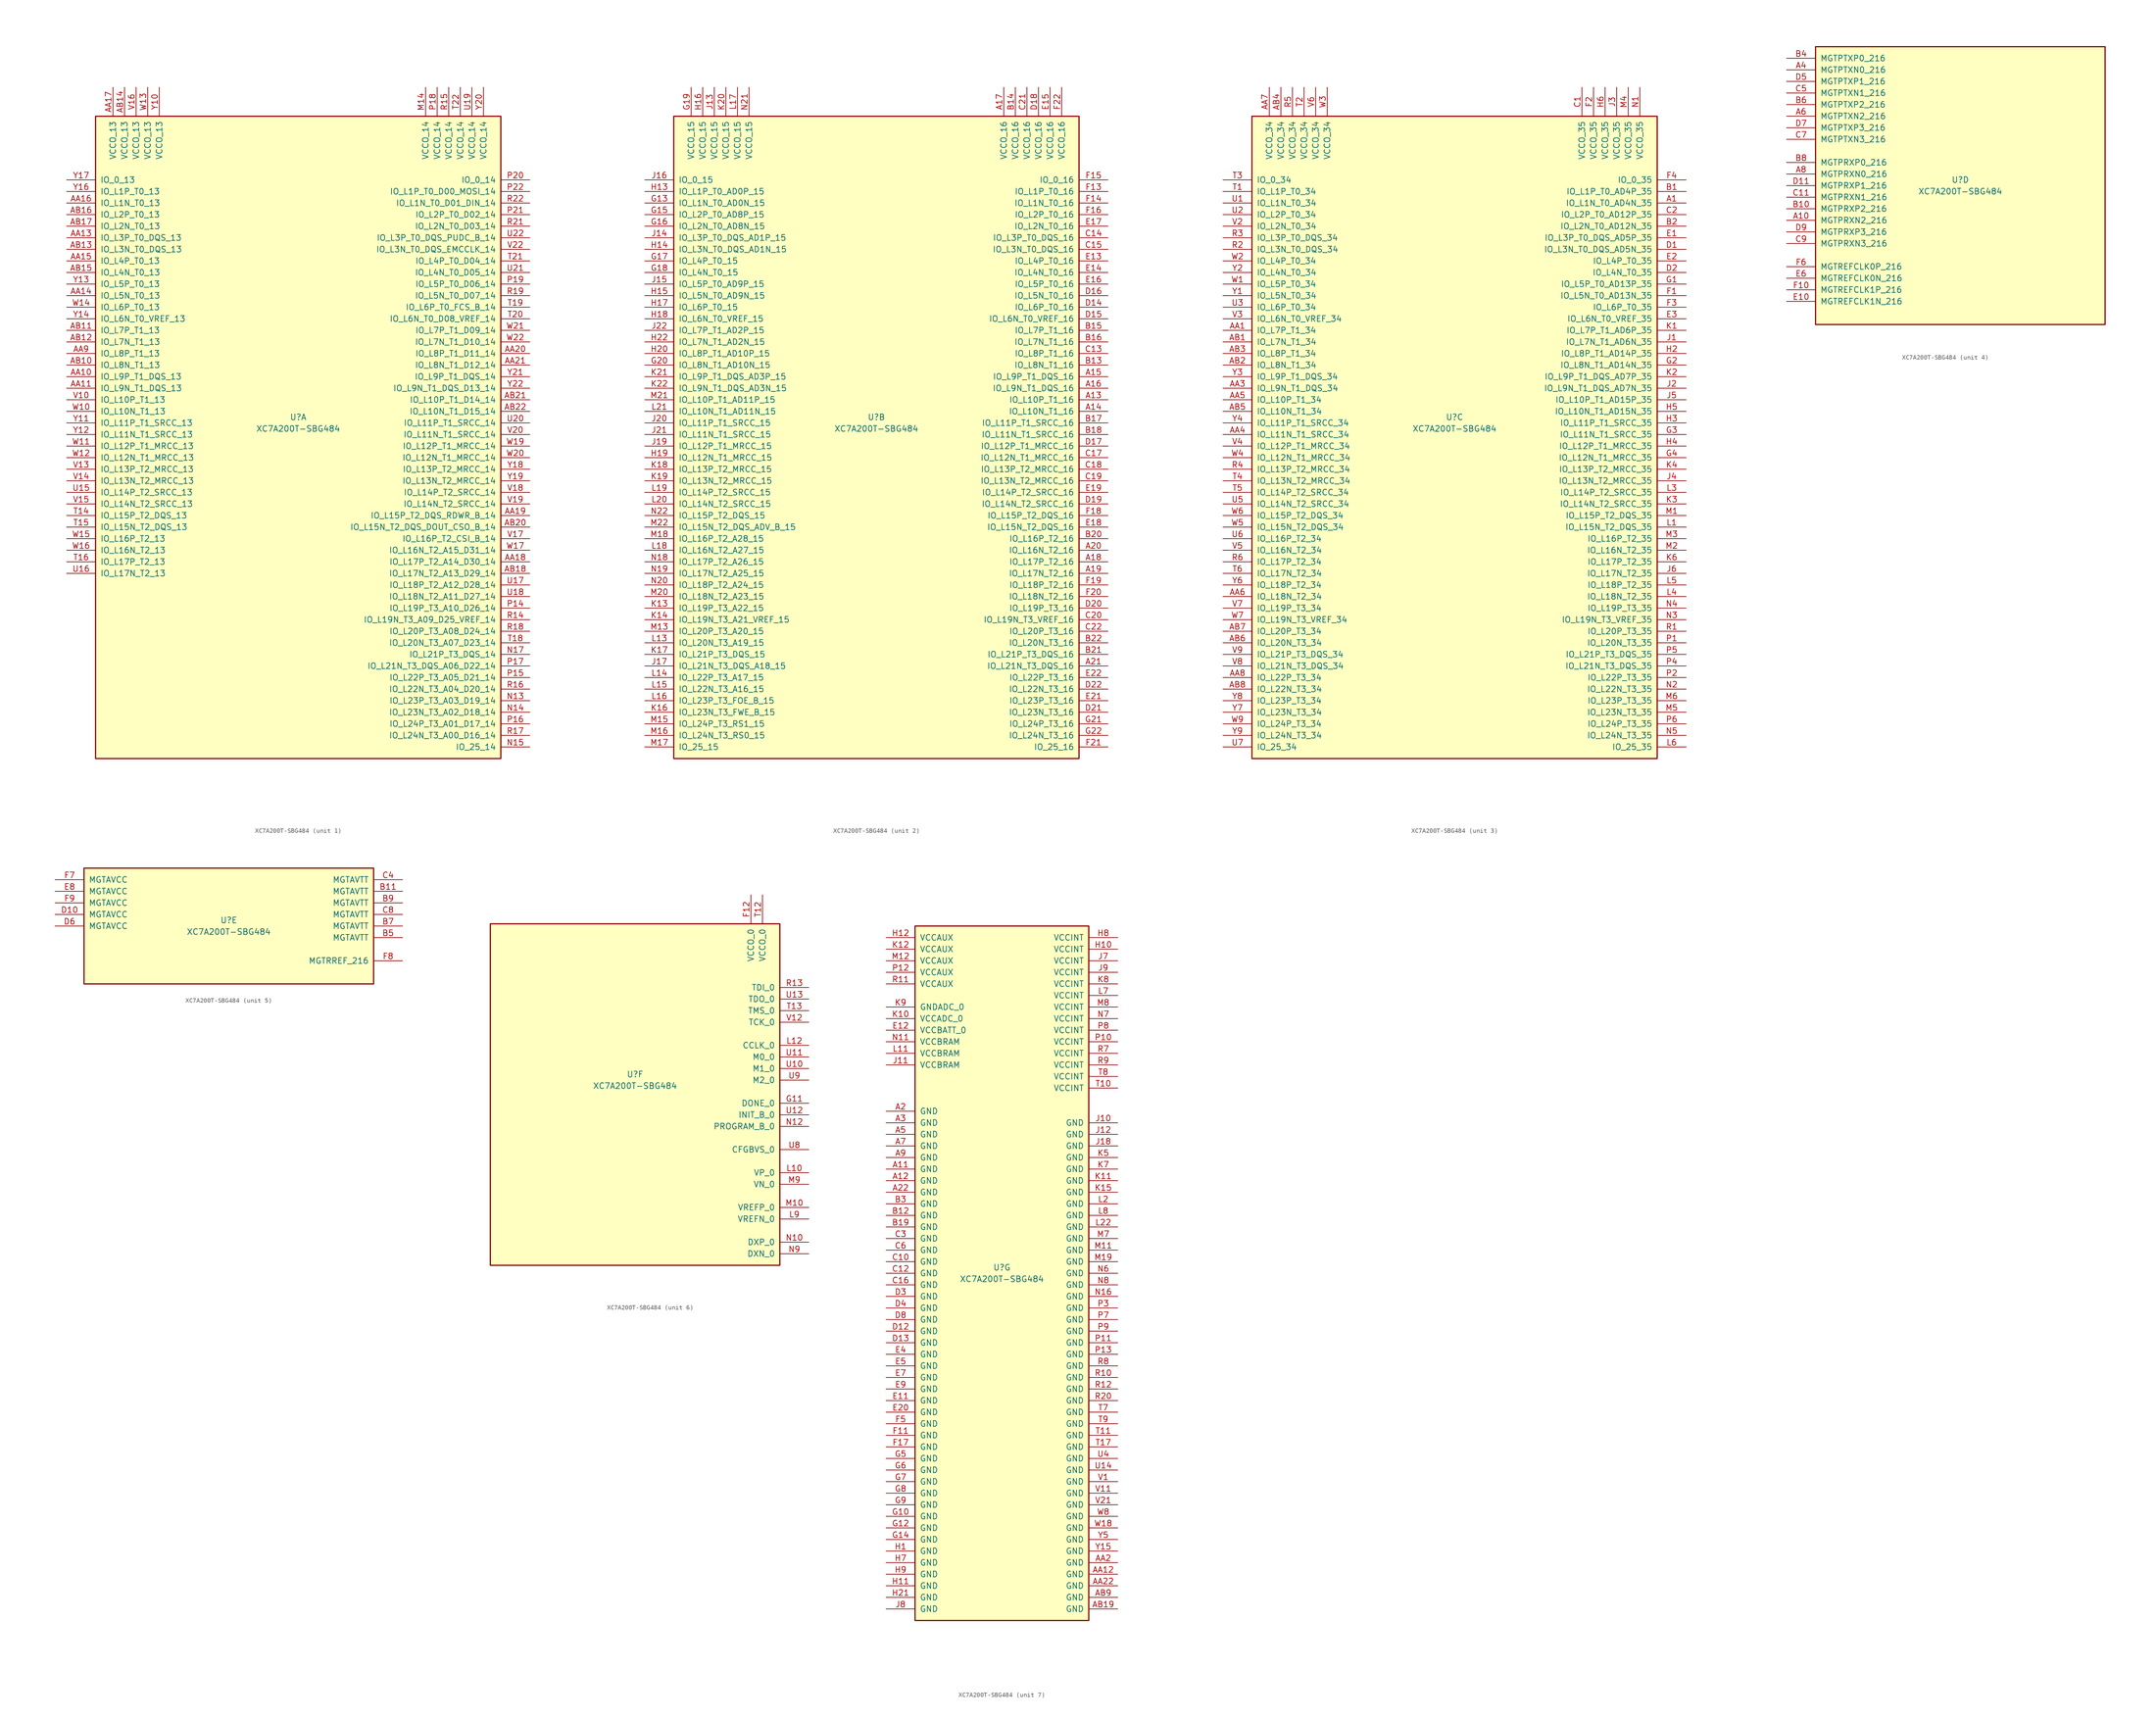
<source format=kicad_sym>
(kicad_symbol_lib
  (version 20231120)
  (generator "kicad_symbol_editor")
  (generator_version "8.0")
  (symbol "XC7A200T-SBG484"
    (pin_names
      (offset 1.016))
    (property "Reference" "U"
      (at 0 1.27 0)
      (effects (font (size 1.27 1.27))))
    (property "Value" "XC7A200T-SBG484"
      (at 0 -1.27 0)
      (effects (font (size 1.27 1.27))))
    (property "Datasheet" ""
      (at 0 0 0)
      (effects (font (size 1.27 1.27))))
    (property "ki_locked" ""
      (at 0 0 0)
      (effects (font (size 1.27 1.27))))
    (symbol "XC7A200T-SBG484_1_1"
      (rectangle (start -44.45 67.31) (end 44.45 -73.66) (stroke (width 0.254) (type default)) (fill (type background)))
      (pin bidirectional line (at -50.8 10.16 0) (length 6.35) (name "IO_L9P_T1_DQS_13" (effects (font (size 1.27 1.27)))) (number "AA10" (effects (font (size 1.27 1.27)))))
      (pin bidirectional line (at -50.8 7.62 0) (length 6.35) (name "IO_L9N_T1_DQS_13" (effects (font (size 1.27 1.27)))) (number "AA11" (effects (font (size 1.27 1.27)))))
      (pin bidirectional line (at -50.8 40.64 0) (length 6.35) (name "IO_L3P_T0_DQS_13" (effects (font (size 1.27 1.27)))) (number "AA13" (effects (font (size 1.27 1.27)))))
      (pin bidirectional line (at -50.8 27.94 0) (length 6.35) (name "IO_L5N_T0_13" (effects (font (size 1.27 1.27)))) (number "AA14" (effects (font (size 1.27 1.27)))))
      (pin bidirectional line (at -50.8 35.56 0) (length 6.35) (name "IO_L4P_T0_13" (effects (font (size 1.27 1.27)))) (number "AA15" (effects (font (size 1.27 1.27)))))
      (pin bidirectional line (at -50.8 48.26 0) (length 6.35) (name "IO_L1N_T0_13" (effects (font (size 1.27 1.27)))) (number "AA16" (effects (font (size 1.27 1.27)))))
      (pin power_in line (at -40.64 73.66 270) (length 6.35) (name "VCCO_13" (effects (font (size 1.27 1.27)))) (number "AA17" (effects (font (size 1.27 1.27)))))
      (pin bidirectional line (at 50.8 -30.48 180) (length 6.35) (name "IO_L17P_T2_A14_D30_14" (effects (font (size 1.27 1.27)))) (number "AA18" (effects (font (size 1.27 1.27)))))
      (pin bidirectional line (at 50.8 -20.32 180) (length 6.35) (name "IO_L15P_T2_DQS_RDWR_B_14" (effects (font (size 1.27 1.27)))) (number "AA19" (effects (font (size 1.27 1.27)))))
      (pin bidirectional line (at 50.8 15.24 180) (length 6.35) (name "IO_L8P_T1_D11_14" (effects (font (size 1.27 1.27)))) (number "AA20" (effects (font (size 1.27 1.27)))))
      (pin bidirectional line (at 50.8 12.7 180) (length 6.35) (name "IO_L8N_T1_D12_14" (effects (font (size 1.27 1.27)))) (number "AA21" (effects (font (size 1.27 1.27)))))
      (pin bidirectional line (at -50.8 15.24 0) (length 6.35) (name "IO_L8P_T1_13" (effects (font (size 1.27 1.27)))) (number "AA9" (effects (font (size 1.27 1.27)))))
      (pin bidirectional line (at -50.8 12.7 0) (length 6.35) (name "IO_L8N_T1_13" (effects (font (size 1.27 1.27)))) (number "AB10" (effects (font (size 1.27 1.27)))))
      (pin bidirectional line (at -50.8 20.32 0) (length 6.35) (name "IO_L7P_T1_13" (effects (font (size 1.27 1.27)))) (number "AB11" (effects (font (size 1.27 1.27)))))
      (pin bidirectional line (at -50.8 17.78 0) (length 6.35) (name "IO_L7N_T1_13" (effects (font (size 1.27 1.27)))) (number "AB12" (effects (font (size 1.27 1.27)))))
      (pin bidirectional line (at -50.8 38.1 0) (length 6.35) (name "IO_L3N_T0_DQS_13" (effects (font (size 1.27 1.27)))) (number "AB13" (effects (font (size 1.27 1.27)))))
      (pin power_in line (at -38.1 73.66 270) (length 6.35) (name "VCCO_13" (effects (font (size 1.27 1.27)))) (number "AB14" (effects (font (size 1.27 1.27)))))
      (pin bidirectional line (at -50.8 33.02 0) (length 6.35) (name "IO_L4N_T0_13" (effects (font (size 1.27 1.27)))) (number "AB15" (effects (font (size 1.27 1.27)))))
      (pin bidirectional line (at -50.8 45.72 0) (length 6.35) (name "IO_L2P_T0_13" (effects (font (size 1.27 1.27)))) (number "AB16" (effects (font (size 1.27 1.27)))))
      (pin bidirectional line (at -50.8 43.18 0) (length 6.35) (name "IO_L2N_T0_13" (effects (font (size 1.27 1.27)))) (number "AB17" (effects (font (size 1.27 1.27)))))
      (pin bidirectional line (at 50.8 -33.02 180) (length 6.35) (name "IO_L17N_T2_A13_D29_14" (effects (font (size 1.27 1.27)))) (number "AB18" (effects (font (size 1.27 1.27)))))
      (pin bidirectional line (at 50.8 -22.86 180) (length 6.35) (name "IO_L15N_T2_DQS_DOUT_CSO_B_14" (effects (font (size 1.27 1.27)))) (number "AB20" (effects (font (size 1.27 1.27)))))
      (pin bidirectional line (at 50.8 5.08 180) (length 6.35) (name "IO_L10P_T1_D14_14" (effects (font (size 1.27 1.27)))) (number "AB21" (effects (font (size 1.27 1.27)))))
      (pin bidirectional line (at 50.8 2.54 180) (length 6.35) (name "IO_L10N_T1_D15_14" (effects (font (size 1.27 1.27)))) (number "AB22" (effects (font (size 1.27 1.27)))))
      (pin power_in line (at 27.94 73.66 270) (length 6.35) (name "VCCO_14" (effects (font (size 1.27 1.27)))) (number "M14" (effects (font (size 1.27 1.27)))))
      (pin bidirectional line (at 50.8 -60.96 180) (length 6.35) (name "IO_L23P_T3_A03_D19_14" (effects (font (size 1.27 1.27)))) (number "N13" (effects (font (size 1.27 1.27)))))
      (pin bidirectional line (at 50.8 -63.5 180) (length 6.35) (name "IO_L23N_T3_A02_D18_14" (effects (font (size 1.27 1.27)))) (number "N14" (effects (font (size 1.27 1.27)))))
      (pin bidirectional line (at 50.8 -71.12 180) (length 6.35) (name "IO_25_14" (effects (font (size 1.27 1.27)))) (number "N15" (effects (font (size 1.27 1.27)))))
      (pin bidirectional line (at 50.8 -50.8 180) (length 6.35) (name "IO_L21P_T3_DQS_14" (effects (font (size 1.27 1.27)))) (number "N17" (effects (font (size 1.27 1.27)))))
      (pin bidirectional line (at 50.8 -40.64 180) (length 6.35) (name "IO_L19P_T3_A10_D26_14" (effects (font (size 1.27 1.27)))) (number "P14" (effects (font (size 1.27 1.27)))))
      (pin bidirectional line (at 50.8 -55.88 180) (length 6.35) (name "IO_L22P_T3_A05_D21_14" (effects (font (size 1.27 1.27)))) (number "P15" (effects (font (size 1.27 1.27)))))
      (pin bidirectional line (at 50.8 -66.04 180) (length 6.35) (name "IO_L24P_T3_A01_D17_14" (effects (font (size 1.27 1.27)))) (number "P16" (effects (font (size 1.27 1.27)))))
      (pin bidirectional line (at 50.8 -53.34 180) (length 6.35) (name "IO_L21N_T3_DQS_A06_D22_14" (effects (font (size 1.27 1.27)))) (number "P17" (effects (font (size 1.27 1.27)))))
      (pin power_in line (at 30.48 73.66 270) (length 6.35) (name "VCCO_14" (effects (font (size 1.27 1.27)))) (number "P18" (effects (font (size 1.27 1.27)))))
      (pin bidirectional line (at 50.8 30.48 180) (length 6.35) (name "IO_L5P_T0_D06_14" (effects (font (size 1.27 1.27)))) (number "P19" (effects (font (size 1.27 1.27)))))
      (pin bidirectional line (at 50.8 53.34 180) (length 6.35) (name "IO_0_14" (effects (font (size 1.27 1.27)))) (number "P20" (effects (font (size 1.27 1.27)))))
      (pin bidirectional line (at 50.8 45.72 180) (length 6.35) (name "IO_L2P_T0_D02_14" (effects (font (size 1.27 1.27)))) (number "P21" (effects (font (size 1.27 1.27)))))
      (pin bidirectional line (at 50.8 50.8 180) (length 6.35) (name "IO_L1P_T0_D00_MOSI_14" (effects (font (size 1.27 1.27)))) (number "P22" (effects (font (size 1.27 1.27)))))
      (pin bidirectional line (at 50.8 -43.18 180) (length 6.35) (name "IO_L19N_T3_A09_D25_VREF_14" (effects (font (size 1.27 1.27)))) (number "R14" (effects (font (size 1.27 1.27)))))
      (pin power_in line (at 33.02 73.66 270) (length 6.35) (name "VCCO_14" (effects (font (size 1.27 1.27)))) (number "R15" (effects (font (size 1.27 1.27)))))
      (pin bidirectional line (at 50.8 -58.42 180) (length 6.35) (name "IO_L22N_T3_A04_D20_14" (effects (font (size 1.27 1.27)))) (number "R16" (effects (font (size 1.27 1.27)))))
      (pin bidirectional line (at 50.8 -68.58 180) (length 6.35) (name "IO_L24N_T3_A00_D16_14" (effects (font (size 1.27 1.27)))) (number "R17" (effects (font (size 1.27 1.27)))))
      (pin bidirectional line (at 50.8 -45.72 180) (length 6.35) (name "IO_L20P_T3_A08_D24_14" (effects (font (size 1.27 1.27)))) (number "R18" (effects (font (size 1.27 1.27)))))
      (pin bidirectional line (at 50.8 27.94 180) (length 6.35) (name "IO_L5N_T0_D07_14" (effects (font (size 1.27 1.27)))) (number "R19" (effects (font (size 1.27 1.27)))))
      (pin bidirectional line (at 50.8 43.18 180) (length 6.35) (name "IO_L2N_T0_D03_14" (effects (font (size 1.27 1.27)))) (number "R21" (effects (font (size 1.27 1.27)))))
      (pin bidirectional line (at 50.8 48.26 180) (length 6.35) (name "IO_L1N_T0_D01_DIN_14" (effects (font (size 1.27 1.27)))) (number "R22" (effects (font (size 1.27 1.27)))))
      (pin bidirectional line (at -50.8 -20.32 0) (length 6.35) (name "IO_L15P_T2_DQS_13" (effects (font (size 1.27 1.27)))) (number "T14" (effects (font (size 1.27 1.27)))))
      (pin bidirectional line (at -50.8 -22.86 0) (length 6.35) (name "IO_L15N_T2_DQS_13" (effects (font (size 1.27 1.27)))) (number "T15" (effects (font (size 1.27 1.27)))))
      (pin bidirectional line (at -50.8 -30.48 0) (length 6.35) (name "IO_L17P_T2_13" (effects (font (size 1.27 1.27)))) (number "T16" (effects (font (size 1.27 1.27)))))
      (pin bidirectional line (at 50.8 -48.26 180) (length 6.35) (name "IO_L20N_T3_A07_D23_14" (effects (font (size 1.27 1.27)))) (number "T18" (effects (font (size 1.27 1.27)))))
      (pin bidirectional line (at 50.8 25.4 180) (length 6.35) (name "IO_L6P_T0_FCS_B_14" (effects (font (size 1.27 1.27)))) (number "T19" (effects (font (size 1.27 1.27)))))
      (pin bidirectional line (at 50.8 22.86 180) (length 6.35) (name "IO_L6N_T0_D08_VREF_14" (effects (font (size 1.27 1.27)))) (number "T20" (effects (font (size 1.27 1.27)))))
      (pin bidirectional line (at 50.8 35.56 180) (length 6.35) (name "IO_L4P_T0_D04_14" (effects (font (size 1.27 1.27)))) (number "T21" (effects (font (size 1.27 1.27)))))
      (pin power_in line (at 35.56 73.66 270) (length 6.35) (name "VCCO_14" (effects (font (size 1.27 1.27)))) (number "T22" (effects (font (size 1.27 1.27)))))
      (pin bidirectional line (at -50.8 -15.24 0) (length 6.35) (name "IO_L14P_T2_SRCC_13" (effects (font (size 1.27 1.27)))) (number "U15" (effects (font (size 1.27 1.27)))))
      (pin bidirectional line (at -50.8 -33.02 0) (length 6.35) (name "IO_L17N_T2_13" (effects (font (size 1.27 1.27)))) (number "U16" (effects (font (size 1.27 1.27)))))
      (pin bidirectional line (at 50.8 -35.56 180) (length 6.35) (name "IO_L18P_T2_A12_D28_14" (effects (font (size 1.27 1.27)))) (number "U17" (effects (font (size 1.27 1.27)))))
      (pin bidirectional line (at 50.8 -38.1 180) (length 6.35) (name "IO_L18N_T2_A11_D27_14" (effects (font (size 1.27 1.27)))) (number "U18" (effects (font (size 1.27 1.27)))))
      (pin power_in line (at 38.1 73.66 270) (length 6.35) (name "VCCO_14" (effects (font (size 1.27 1.27)))) (number "U19" (effects (font (size 1.27 1.27)))))
      (pin bidirectional line (at 50.8 0 180) (length 6.35) (name "IO_L11P_T1_SRCC_14" (effects (font (size 1.27 1.27)))) (number "U20" (effects (font (size 1.27 1.27)))))
      (pin bidirectional line (at 50.8 33.02 180) (length 6.35) (name "IO_L4N_T0_D05_14" (effects (font (size 1.27 1.27)))) (number "U21" (effects (font (size 1.27 1.27)))))
      (pin bidirectional line (at 50.8 40.64 180) (length 6.35) (name "IO_L3P_T0_DQS_PUDC_B_14" (effects (font (size 1.27 1.27)))) (number "U22" (effects (font (size 1.27 1.27)))))
      (pin bidirectional line (at -50.8 5.08 0) (length 6.35) (name "IO_L10P_T1_13" (effects (font (size 1.27 1.27)))) (number "V10" (effects (font (size 1.27 1.27)))))
      (pin bidirectional line (at -50.8 -10.16 0) (length 6.35) (name "IO_L13P_T2_MRCC_13" (effects (font (size 1.27 1.27)))) (number "V13" (effects (font (size 1.27 1.27)))))
      (pin bidirectional line (at -50.8 -12.7 0) (length 6.35) (name "IO_L13N_T2_MRCC_13" (effects (font (size 1.27 1.27)))) (number "V14" (effects (font (size 1.27 1.27)))))
      (pin bidirectional line (at -50.8 -17.78 0) (length 6.35) (name "IO_L14N_T2_SRCC_13" (effects (font (size 1.27 1.27)))) (number "V15" (effects (font (size 1.27 1.27)))))
      (pin power_in line (at -35.56 73.66 270) (length 6.35) (name "VCCO_13" (effects (font (size 1.27 1.27)))) (number "V16" (effects (font (size 1.27 1.27)))))
      (pin bidirectional line (at 50.8 -25.4 180) (length 6.35) (name "IO_L16P_T2_CSI_B_14" (effects (font (size 1.27 1.27)))) (number "V17" (effects (font (size 1.27 1.27)))))
      (pin bidirectional line (at 50.8 -15.24 180) (length 6.35) (name "IO_L14P_T2_SRCC_14" (effects (font (size 1.27 1.27)))) (number "V18" (effects (font (size 1.27 1.27)))))
      (pin bidirectional line (at 50.8 -17.78 180) (length 6.35) (name "IO_L14N_T2_SRCC_14" (effects (font (size 1.27 1.27)))) (number "V19" (effects (font (size 1.27 1.27)))))
      (pin bidirectional line (at 50.8 -2.54 180) (length 6.35) (name "IO_L11N_T1_SRCC_14" (effects (font (size 1.27 1.27)))) (number "V20" (effects (font (size 1.27 1.27)))))
      (pin bidirectional line (at 50.8 38.1 180) (length 6.35) (name "IO_L3N_T0_DQS_EMCCLK_14" (effects (font (size 1.27 1.27)))) (number "V22" (effects (font (size 1.27 1.27)))))
      (pin bidirectional line (at -50.8 2.54 0) (length 6.35) (name "IO_L10N_T1_13" (effects (font (size 1.27 1.27)))) (number "W10" (effects (font (size 1.27 1.27)))))
      (pin bidirectional line (at -50.8 -5.08 0) (length 6.35) (name "IO_L12P_T1_MRCC_13" (effects (font (size 1.27 1.27)))) (number "W11" (effects (font (size 1.27 1.27)))))
      (pin bidirectional line (at -50.8 -7.62 0) (length 6.35) (name "IO_L12N_T1_MRCC_13" (effects (font (size 1.27 1.27)))) (number "W12" (effects (font (size 1.27 1.27)))))
      (pin power_in line (at -33.02 73.66 270) (length 6.35) (name "VCCO_13" (effects (font (size 1.27 1.27)))) (number "W13" (effects (font (size 1.27 1.27)))))
      (pin bidirectional line (at -50.8 25.4 0) (length 6.35) (name "IO_L6P_T0_13" (effects (font (size 1.27 1.27)))) (number "W14" (effects (font (size 1.27 1.27)))))
      (pin bidirectional line (at -50.8 -25.4 0) (length 6.35) (name "IO_L16P_T2_13" (effects (font (size 1.27 1.27)))) (number "W15" (effects (font (size 1.27 1.27)))))
      (pin bidirectional line (at -50.8 -27.94 0) (length 6.35) (name "IO_L16N_T2_13" (effects (font (size 1.27 1.27)))) (number "W16" (effects (font (size 1.27 1.27)))))
      (pin bidirectional line (at 50.8 -27.94 180) (length 6.35) (name "IO_L16N_T2_A15_D31_14" (effects (font (size 1.27 1.27)))) (number "W17" (effects (font (size 1.27 1.27)))))
      (pin bidirectional line (at 50.8 -5.08 180) (length 6.35) (name "IO_L12P_T1_MRCC_14" (effects (font (size 1.27 1.27)))) (number "W19" (effects (font (size 1.27 1.27)))))
      (pin bidirectional line (at 50.8 -7.62 180) (length 6.35) (name "IO_L12N_T1_MRCC_14" (effects (font (size 1.27 1.27)))) (number "W20" (effects (font (size 1.27 1.27)))))
      (pin bidirectional line (at 50.8 20.32 180) (length 6.35) (name "IO_L7P_T1_D09_14" (effects (font (size 1.27 1.27)))) (number "W21" (effects (font (size 1.27 1.27)))))
      (pin bidirectional line (at 50.8 17.78 180) (length 6.35) (name "IO_L7N_T1_D10_14" (effects (font (size 1.27 1.27)))) (number "W22" (effects (font (size 1.27 1.27)))))
      (pin power_in line (at -30.48 73.66 270) (length 6.35) (name "VCCO_13" (effects (font (size 1.27 1.27)))) (number "Y10" (effects (font (size 1.27 1.27)))))
      (pin bidirectional line (at -50.8 0 0) (length 6.35) (name "IO_L11P_T1_SRCC_13" (effects (font (size 1.27 1.27)))) (number "Y11" (effects (font (size 1.27 1.27)))))
      (pin bidirectional line (at -50.8 -2.54 0) (length 6.35) (name "IO_L11N_T1_SRCC_13" (effects (font (size 1.27 1.27)))) (number "Y12" (effects (font (size 1.27 1.27)))))
      (pin bidirectional line (at -50.8 30.48 0) (length 6.35) (name "IO_L5P_T0_13" (effects (font (size 1.27 1.27)))) (number "Y13" (effects (font (size 1.27 1.27)))))
      (pin bidirectional line (at -50.8 22.86 0) (length 6.35) (name "IO_L6N_T0_VREF_13" (effects (font (size 1.27 1.27)))) (number "Y14" (effects (font (size 1.27 1.27)))))
      (pin bidirectional line (at -50.8 50.8 0) (length 6.35) (name "IO_L1P_T0_13" (effects (font (size 1.27 1.27)))) (number "Y16" (effects (font (size 1.27 1.27)))))
      (pin bidirectional line (at -50.8 53.34 0) (length 6.35) (name "IO_0_13" (effects (font (size 1.27 1.27)))) (number "Y17" (effects (font (size 1.27 1.27)))))
      (pin bidirectional line (at 50.8 -10.16 180) (length 6.35) (name "IO_L13P_T2_MRCC_14" (effects (font (size 1.27 1.27)))) (number "Y18" (effects (font (size 1.27 1.27)))))
      (pin bidirectional line (at 50.8 -12.7 180) (length 6.35) (name "IO_L13N_T2_MRCC_14" (effects (font (size 1.27 1.27)))) (number "Y19" (effects (font (size 1.27 1.27)))))
      (pin power_in line (at 40.64 73.66 270) (length 6.35) (name "VCCO_14" (effects (font (size 1.27 1.27)))) (number "Y20" (effects (font (size 1.27 1.27)))))
      (pin bidirectional line (at 50.8 10.16 180) (length 6.35) (name "IO_L9P_T1_DQS_14" (effects (font (size 1.27 1.27)))) (number "Y21" (effects (font (size 1.27 1.27)))))
      (pin bidirectional line (at 50.8 7.62 180) (length 6.35) (name "IO_L9N_T1_DQS_D13_14" (effects (font (size 1.27 1.27)))) (number "Y22" (effects (font (size 1.27 1.27))))))
    (symbol "XC7A200T-SBG484_2_1"
      (rectangle (start -44.45 67.31) (end 44.45 -73.66) (stroke (width 0.254) (type default)) (fill (type background)))
      (pin bidirectional line (at 50.8 5.08 180) (length 6.35) (name "IO_L10P_T1_16" (effects (font (size 1.27 1.27)))) (number "A13" (effects (font (size 1.27 1.27)))))
      (pin bidirectional line (at 50.8 2.54 180) (length 6.35) (name "IO_L10N_T1_16" (effects (font (size 1.27 1.27)))) (number "A14" (effects (font (size 1.27 1.27)))))
      (pin bidirectional line (at 50.8 10.16 180) (length 6.35) (name "IO_L9P_T1_DQS_16" (effects (font (size 1.27 1.27)))) (number "A15" (effects (font (size 1.27 1.27)))))
      (pin bidirectional line (at 50.8 7.62 180) (length 6.35) (name "IO_L9N_T1_DQS_16" (effects (font (size 1.27 1.27)))) (number "A16" (effects (font (size 1.27 1.27)))))
      (pin power_in line (at 27.94 73.66 270) (length 6.35) (name "VCCO_16" (effects (font (size 1.27 1.27)))) (number "A17" (effects (font (size 1.27 1.27)))))
      (pin bidirectional line (at 50.8 -30.48 180) (length 6.35) (name "IO_L17P_T2_16" (effects (font (size 1.27 1.27)))) (number "A18" (effects (font (size 1.27 1.27)))))
      (pin bidirectional line (at 50.8 -33.02 180) (length 6.35) (name "IO_L17N_T2_16" (effects (font (size 1.27 1.27)))) (number "A19" (effects (font (size 1.27 1.27)))))
      (pin bidirectional line (at 50.8 -27.94 180) (length 6.35) (name "IO_L16N_T2_16" (effects (font (size 1.27 1.27)))) (number "A20" (effects (font (size 1.27 1.27)))))
      (pin bidirectional line (at 50.8 -53.34 180) (length 6.35) (name "IO_L21N_T3_DQS_16" (effects (font (size 1.27 1.27)))) (number "A21" (effects (font (size 1.27 1.27)))))
      (pin bidirectional line (at 50.8 12.7 180) (length 6.35) (name "IO_L8N_T1_16" (effects (font (size 1.27 1.27)))) (number "B13" (effects (font (size 1.27 1.27)))))
      (pin power_in line (at 30.48 73.66 270) (length 6.35) (name "VCCO_16" (effects (font (size 1.27 1.27)))) (number "B14" (effects (font (size 1.27 1.27)))))
      (pin bidirectional line (at 50.8 20.32 180) (length 6.35) (name "IO_L7P_T1_16" (effects (font (size 1.27 1.27)))) (number "B15" (effects (font (size 1.27 1.27)))))
      (pin bidirectional line (at 50.8 17.78 180) (length 6.35) (name "IO_L7N_T1_16" (effects (font (size 1.27 1.27)))) (number "B16" (effects (font (size 1.27 1.27)))))
      (pin bidirectional line (at 50.8 0 180) (length 6.35) (name "IO_L11P_T1_SRCC_16" (effects (font (size 1.27 1.27)))) (number "B17" (effects (font (size 1.27 1.27)))))
      (pin bidirectional line (at 50.8 -2.54 180) (length 6.35) (name "IO_L11N_T1_SRCC_16" (effects (font (size 1.27 1.27)))) (number "B18" (effects (font (size 1.27 1.27)))))
      (pin bidirectional line (at 50.8 -25.4 180) (length 6.35) (name "IO_L16P_T2_16" (effects (font (size 1.27 1.27)))) (number "B20" (effects (font (size 1.27 1.27)))))
      (pin bidirectional line (at 50.8 -50.8 180) (length 6.35) (name "IO_L21P_T3_DQS_16" (effects (font (size 1.27 1.27)))) (number "B21" (effects (font (size 1.27 1.27)))))
      (pin bidirectional line (at 50.8 -48.26 180) (length 6.35) (name "IO_L20N_T3_16" (effects (font (size 1.27 1.27)))) (number "B22" (effects (font (size 1.27 1.27)))))
      (pin bidirectional line (at 50.8 15.24 180) (length 6.35) (name "IO_L8P_T1_16" (effects (font (size 1.27 1.27)))) (number "C13" (effects (font (size 1.27 1.27)))))
      (pin bidirectional line (at 50.8 40.64 180) (length 6.35) (name "IO_L3P_T0_DQS_16" (effects (font (size 1.27 1.27)))) (number "C14" (effects (font (size 1.27 1.27)))))
      (pin bidirectional line (at 50.8 38.1 180) (length 6.35) (name "IO_L3N_T0_DQS_16" (effects (font (size 1.27 1.27)))) (number "C15" (effects (font (size 1.27 1.27)))))
      (pin bidirectional line (at 50.8 -7.62 180) (length 6.35) (name "IO_L12N_T1_MRCC_16" (effects (font (size 1.27 1.27)))) (number "C17" (effects (font (size 1.27 1.27)))))
      (pin bidirectional line (at 50.8 -10.16 180) (length 6.35) (name "IO_L13P_T2_MRCC_16" (effects (font (size 1.27 1.27)))) (number "C18" (effects (font (size 1.27 1.27)))))
      (pin bidirectional line (at 50.8 -12.7 180) (length 6.35) (name "IO_L13N_T2_MRCC_16" (effects (font (size 1.27 1.27)))) (number "C19" (effects (font (size 1.27 1.27)))))
      (pin bidirectional line (at 50.8 -43.18 180) (length 6.35) (name "IO_L19N_T3_VREF_16" (effects (font (size 1.27 1.27)))) (number "C20" (effects (font (size 1.27 1.27)))))
      (pin power_in line (at 33.02 73.66 270) (length 6.35) (name "VCCO_16" (effects (font (size 1.27 1.27)))) (number "C21" (effects (font (size 1.27 1.27)))))
      (pin bidirectional line (at 50.8 -45.72 180) (length 6.35) (name "IO_L20P_T3_16" (effects (font (size 1.27 1.27)))) (number "C22" (effects (font (size 1.27 1.27)))))
      (pin bidirectional line (at 50.8 25.4 180) (length 6.35) (name "IO_L6P_T0_16" (effects (font (size 1.27 1.27)))) (number "D14" (effects (font (size 1.27 1.27)))))
      (pin bidirectional line (at 50.8 22.86 180) (length 6.35) (name "IO_L6N_T0_VREF_16" (effects (font (size 1.27 1.27)))) (number "D15" (effects (font (size 1.27 1.27)))))
      (pin bidirectional line (at 50.8 27.94 180) (length 6.35) (name "IO_L5N_T0_16" (effects (font (size 1.27 1.27)))) (number "D16" (effects (font (size 1.27 1.27)))))
      (pin bidirectional line (at 50.8 -5.08 180) (length 6.35) (name "IO_L12P_T1_MRCC_16" (effects (font (size 1.27 1.27)))) (number "D17" (effects (font (size 1.27 1.27)))))
      (pin power_in line (at 35.56 73.66 270) (length 6.35) (name "VCCO_16" (effects (font (size 1.27 1.27)))) (number "D18" (effects (font (size 1.27 1.27)))))
      (pin bidirectional line (at 50.8 -17.78 180) (length 6.35) (name "IO_L14N_T2_SRCC_16" (effects (font (size 1.27 1.27)))) (number "D19" (effects (font (size 1.27 1.27)))))
      (pin bidirectional line (at 50.8 -40.64 180) (length 6.35) (name "IO_L19P_T3_16" (effects (font (size 1.27 1.27)))) (number "D20" (effects (font (size 1.27 1.27)))))
      (pin bidirectional line (at 50.8 -63.5 180) (length 6.35) (name "IO_L23N_T3_16" (effects (font (size 1.27 1.27)))) (number "D21" (effects (font (size 1.27 1.27)))))
      (pin bidirectional line (at 50.8 -58.42 180) (length 6.35) (name "IO_L22N_T3_16" (effects (font (size 1.27 1.27)))) (number "D22" (effects (font (size 1.27 1.27)))))
      (pin bidirectional line (at 50.8 35.56 180) (length 6.35) (name "IO_L4P_T0_16" (effects (font (size 1.27 1.27)))) (number "E13" (effects (font (size 1.27 1.27)))))
      (pin bidirectional line (at 50.8 33.02 180) (length 6.35) (name "IO_L4N_T0_16" (effects (font (size 1.27 1.27)))) (number "E14" (effects (font (size 1.27 1.27)))))
      (pin power_in line (at 38.1 73.66 270) (length 6.35) (name "VCCO_16" (effects (font (size 1.27 1.27)))) (number "E15" (effects (font (size 1.27 1.27)))))
      (pin bidirectional line (at 50.8 30.48 180) (length 6.35) (name "IO_L5P_T0_16" (effects (font (size 1.27 1.27)))) (number "E16" (effects (font (size 1.27 1.27)))))
      (pin bidirectional line (at 50.8 43.18 180) (length 6.35) (name "IO_L2N_T0_16" (effects (font (size 1.27 1.27)))) (number "E17" (effects (font (size 1.27 1.27)))))
      (pin bidirectional line (at 50.8 -22.86 180) (length 6.35) (name "IO_L15N_T2_DQS_16" (effects (font (size 1.27 1.27)))) (number "E18" (effects (font (size 1.27 1.27)))))
      (pin bidirectional line (at 50.8 -15.24 180) (length 6.35) (name "IO_L14P_T2_SRCC_16" (effects (font (size 1.27 1.27)))) (number "E19" (effects (font (size 1.27 1.27)))))
      (pin bidirectional line (at 50.8 -60.96 180) (length 6.35) (name "IO_L23P_T3_16" (effects (font (size 1.27 1.27)))) (number "E21" (effects (font (size 1.27 1.27)))))
      (pin bidirectional line (at 50.8 -55.88 180) (length 6.35) (name "IO_L22P_T3_16" (effects (font (size 1.27 1.27)))) (number "E22" (effects (font (size 1.27 1.27)))))
      (pin bidirectional line (at 50.8 50.8 180) (length 6.35) (name "IO_L1P_T0_16" (effects (font (size 1.27 1.27)))) (number "F13" (effects (font (size 1.27 1.27)))))
      (pin bidirectional line (at 50.8 48.26 180) (length 6.35) (name "IO_L1N_T0_16" (effects (font (size 1.27 1.27)))) (number "F14" (effects (font (size 1.27 1.27)))))
      (pin bidirectional line (at 50.8 53.34 180) (length 6.35) (name "IO_0_16" (effects (font (size 1.27 1.27)))) (number "F15" (effects (font (size 1.27 1.27)))))
      (pin bidirectional line (at 50.8 45.72 180) (length 6.35) (name "IO_L2P_T0_16" (effects (font (size 1.27 1.27)))) (number "F16" (effects (font (size 1.27 1.27)))))
      (pin bidirectional line (at 50.8 -20.32 180) (length 6.35) (name "IO_L15P_T2_DQS_16" (effects (font (size 1.27 1.27)))) (number "F18" (effects (font (size 1.27 1.27)))))
      (pin bidirectional line (at 50.8 -35.56 180) (length 6.35) (name "IO_L18P_T2_16" (effects (font (size 1.27 1.27)))) (number "F19" (effects (font (size 1.27 1.27)))))
      (pin bidirectional line (at 50.8 -38.1 180) (length 6.35) (name "IO_L18N_T2_16" (effects (font (size 1.27 1.27)))) (number "F20" (effects (font (size 1.27 1.27)))))
      (pin bidirectional line (at 50.8 -71.12 180) (length 6.35) (name "IO_25_16" (effects (font (size 1.27 1.27)))) (number "F21" (effects (font (size 1.27 1.27)))))
      (pin power_in line (at 40.64 73.66 270) (length 6.35) (name "VCCO_16" (effects (font (size 1.27 1.27)))) (number "F22" (effects (font (size 1.27 1.27)))))
      (pin bidirectional line (at -50.8 48.26 0) (length 6.35) (name "IO_L1N_T0_AD0N_15" (effects (font (size 1.27 1.27)))) (number "G13" (effects (font (size 1.27 1.27)))))
      (pin bidirectional line (at -50.8 45.72 0) (length 6.35) (name "IO_L2P_T0_AD8P_15" (effects (font (size 1.27 1.27)))) (number "G15" (effects (font (size 1.27 1.27)))))
      (pin bidirectional line (at -50.8 43.18 0) (length 6.35) (name "IO_L2N_T0_AD8N_15" (effects (font (size 1.27 1.27)))) (number "G16" (effects (font (size 1.27 1.27)))))
      (pin bidirectional line (at -50.8 35.56 0) (length 6.35) (name "IO_L4P_T0_15" (effects (font (size 1.27 1.27)))) (number "G17" (effects (font (size 1.27 1.27)))))
      (pin bidirectional line (at -50.8 33.02 0) (length 6.35) (name "IO_L4N_T0_15" (effects (font (size 1.27 1.27)))) (number "G18" (effects (font (size 1.27 1.27)))))
      (pin power_in line (at -40.64 73.66 270) (length 6.35) (name "VCCO_15" (effects (font (size 1.27 1.27)))) (number "G19" (effects (font (size 1.27 1.27)))))
      (pin bidirectional line (at -50.8 12.7 0) (length 6.35) (name "IO_L8N_T1_AD10N_15" (effects (font (size 1.27 1.27)))) (number "G20" (effects (font (size 1.27 1.27)))))
      (pin bidirectional line (at 50.8 -66.04 180) (length 6.35) (name "IO_L24P_T3_16" (effects (font (size 1.27 1.27)))) (number "G21" (effects (font (size 1.27 1.27)))))
      (pin bidirectional line (at 50.8 -68.58 180) (length 6.35) (name "IO_L24N_T3_16" (effects (font (size 1.27 1.27)))) (number "G22" (effects (font (size 1.27 1.27)))))
      (pin bidirectional line (at -50.8 50.8 0) (length 6.35) (name "IO_L1P_T0_AD0P_15" (effects (font (size 1.27 1.27)))) (number "H13" (effects (font (size 1.27 1.27)))))
      (pin bidirectional line (at -50.8 38.1 0) (length 6.35) (name "IO_L3N_T0_DQS_AD1N_15" (effects (font (size 1.27 1.27)))) (number "H14" (effects (font (size 1.27 1.27)))))
      (pin bidirectional line (at -50.8 27.94 0) (length 6.35) (name "IO_L5N_T0_AD9N_15" (effects (font (size 1.27 1.27)))) (number "H15" (effects (font (size 1.27 1.27)))))
      (pin power_in line (at -38.1 73.66 270) (length 6.35) (name "VCCO_15" (effects (font (size 1.27 1.27)))) (number "H16" (effects (font (size 1.27 1.27)))))
      (pin bidirectional line (at -50.8 25.4 0) (length 6.35) (name "IO_L6P_T0_15" (effects (font (size 1.27 1.27)))) (number "H17" (effects (font (size 1.27 1.27)))))
      (pin bidirectional line (at -50.8 22.86 0) (length 6.35) (name "IO_L6N_T0_VREF_15" (effects (font (size 1.27 1.27)))) (number "H18" (effects (font (size 1.27 1.27)))))
      (pin bidirectional line (at -50.8 -7.62 0) (length 6.35) (name "IO_L12N_T1_MRCC_15" (effects (font (size 1.27 1.27)))) (number "H19" (effects (font (size 1.27 1.27)))))
      (pin bidirectional line (at -50.8 15.24 0) (length 6.35) (name "IO_L8P_T1_AD10P_15" (effects (font (size 1.27 1.27)))) (number "H20" (effects (font (size 1.27 1.27)))))
      (pin bidirectional line (at -50.8 17.78 0) (length 6.35) (name "IO_L7N_T1_AD2N_15" (effects (font (size 1.27 1.27)))) (number "H22" (effects (font (size 1.27 1.27)))))
      (pin power_in line (at -35.56 73.66 270) (length 6.35) (name "VCCO_15" (effects (font (size 1.27 1.27)))) (number "J13" (effects (font (size 1.27 1.27)))))
      (pin bidirectional line (at -50.8 40.64 0) (length 6.35) (name "IO_L3P_T0_DQS_AD1P_15" (effects (font (size 1.27 1.27)))) (number "J14" (effects (font (size 1.27 1.27)))))
      (pin bidirectional line (at -50.8 30.48 0) (length 6.35) (name "IO_L5P_T0_AD9P_15" (effects (font (size 1.27 1.27)))) (number "J15" (effects (font (size 1.27 1.27)))))
      (pin bidirectional line (at -50.8 53.34 0) (length 6.35) (name "IO_0_15" (effects (font (size 1.27 1.27)))) (number "J16" (effects (font (size 1.27 1.27)))))
      (pin bidirectional line (at -50.8 -53.34 0) (length 6.35) (name "IO_L21N_T3_DQS_A18_15" (effects (font (size 1.27 1.27)))) (number "J17" (effects (font (size 1.27 1.27)))))
      (pin bidirectional line (at -50.8 -5.08 0) (length 6.35) (name "IO_L12P_T1_MRCC_15" (effects (font (size 1.27 1.27)))) (number "J19" (effects (font (size 1.27 1.27)))))
      (pin bidirectional line (at -50.8 0 0) (length 6.35) (name "IO_L11P_T1_SRCC_15" (effects (font (size 1.27 1.27)))) (number "J20" (effects (font (size 1.27 1.27)))))
      (pin bidirectional line (at -50.8 -2.54 0) (length 6.35) (name "IO_L11N_T1_SRCC_15" (effects (font (size 1.27 1.27)))) (number "J21" (effects (font (size 1.27 1.27)))))
      (pin bidirectional line (at -50.8 20.32 0) (length 6.35) (name "IO_L7P_T1_AD2P_15" (effects (font (size 1.27 1.27)))) (number "J22" (effects (font (size 1.27 1.27)))))
      (pin bidirectional line (at -50.8 -40.64 0) (length 6.35) (name "IO_L19P_T3_A22_15" (effects (font (size 1.27 1.27)))) (number "K13" (effects (font (size 1.27 1.27)))))
      (pin bidirectional line (at -50.8 -43.18 0) (length 6.35) (name "IO_L19N_T3_A21_VREF_15" (effects (font (size 1.27 1.27)))) (number "K14" (effects (font (size 1.27 1.27)))))
      (pin bidirectional line (at -50.8 -63.5 0) (length 6.35) (name "IO_L23N_T3_FWE_B_15" (effects (font (size 1.27 1.27)))) (number "K16" (effects (font (size 1.27 1.27)))))
      (pin bidirectional line (at -50.8 -50.8 0) (length 6.35) (name "IO_L21P_T3_DQS_15" (effects (font (size 1.27 1.27)))) (number "K17" (effects (font (size 1.27 1.27)))))
      (pin bidirectional line (at -50.8 -10.16 0) (length 6.35) (name "IO_L13P_T2_MRCC_15" (effects (font (size 1.27 1.27)))) (number "K18" (effects (font (size 1.27 1.27)))))
      (pin bidirectional line (at -50.8 -12.7 0) (length 6.35) (name "IO_L13N_T2_MRCC_15" (effects (font (size 1.27 1.27)))) (number "K19" (effects (font (size 1.27 1.27)))))
      (pin power_in line (at -33.02 73.66 270) (length 6.35) (name "VCCO_15" (effects (font (size 1.27 1.27)))) (number "K20" (effects (font (size 1.27 1.27)))))
      (pin bidirectional line (at -50.8 10.16 0) (length 6.35) (name "IO_L9P_T1_DQS_AD3P_15" (effects (font (size 1.27 1.27)))) (number "K21" (effects (font (size 1.27 1.27)))))
      (pin bidirectional line (at -50.8 7.62 0) (length 6.35) (name "IO_L9N_T1_DQS_AD3N_15" (effects (font (size 1.27 1.27)))) (number "K22" (effects (font (size 1.27 1.27)))))
      (pin bidirectional line (at -50.8 -48.26 0) (length 6.35) (name "IO_L20N_T3_A19_15" (effects (font (size 1.27 1.27)))) (number "L13" (effects (font (size 1.27 1.27)))))
      (pin bidirectional line (at -50.8 -55.88 0) (length 6.35) (name "IO_L22P_T3_A17_15" (effects (font (size 1.27 1.27)))) (number "L14" (effects (font (size 1.27 1.27)))))
      (pin bidirectional line (at -50.8 -58.42 0) (length 6.35) (name "IO_L22N_T3_A16_15" (effects (font (size 1.27 1.27)))) (number "L15" (effects (font (size 1.27 1.27)))))
      (pin bidirectional line (at -50.8 -60.96 0) (length 6.35) (name "IO_L23P_T3_FOE_B_15" (effects (font (size 1.27 1.27)))) (number "L16" (effects (font (size 1.27 1.27)))))
      (pin power_in line (at -30.48 73.66 270) (length 6.35) (name "VCCO_15" (effects (font (size 1.27 1.27)))) (number "L17" (effects (font (size 1.27 1.27)))))
      (pin bidirectional line (at -50.8 -27.94 0) (length 6.35) (name "IO_L16N_T2_A27_15" (effects (font (size 1.27 1.27)))) (number "L18" (effects (font (size 1.27 1.27)))))
      (pin bidirectional line (at -50.8 -15.24 0) (length 6.35) (name "IO_L14P_T2_SRCC_15" (effects (font (size 1.27 1.27)))) (number "L19" (effects (font (size 1.27 1.27)))))
      (pin bidirectional line (at -50.8 -17.78 0) (length 6.35) (name "IO_L14N_T2_SRCC_15" (effects (font (size 1.27 1.27)))) (number "L20" (effects (font (size 1.27 1.27)))))
      (pin bidirectional line (at -50.8 2.54 0) (length 6.35) (name "IO_L10N_T1_AD11N_15" (effects (font (size 1.27 1.27)))) (number "L21" (effects (font (size 1.27 1.27)))))
      (pin bidirectional line (at -50.8 -45.72 0) (length 6.35) (name "IO_L20P_T3_A20_15" (effects (font (size 1.27 1.27)))) (number "M13" (effects (font (size 1.27 1.27)))))
      (pin bidirectional line (at -50.8 -66.04 0) (length 6.35) (name "IO_L24P_T3_RS1_15" (effects (font (size 1.27 1.27)))) (number "M15" (effects (font (size 1.27 1.27)))))
      (pin bidirectional line (at -50.8 -68.58 0) (length 6.35) (name "IO_L24N_T3_RS0_15" (effects (font (size 1.27 1.27)))) (number "M16" (effects (font (size 1.27 1.27)))))
      (pin bidirectional line (at -50.8 -71.12 0) (length 6.35) (name "IO_25_15" (effects (font (size 1.27 1.27)))) (number "M17" (effects (font (size 1.27 1.27)))))
      (pin bidirectional line (at -50.8 -25.4 0) (length 6.35) (name "IO_L16P_T2_A28_15" (effects (font (size 1.27 1.27)))) (number "M18" (effects (font (size 1.27 1.27)))))
      (pin bidirectional line (at -50.8 -38.1 0) (length 6.35) (name "IO_L18N_T2_A23_15" (effects (font (size 1.27 1.27)))) (number "M20" (effects (font (size 1.27 1.27)))))
      (pin bidirectional line (at -50.8 5.08 0) (length 6.35) (name "IO_L10P_T1_AD11P_15" (effects (font (size 1.27 1.27)))) (number "M21" (effects (font (size 1.27 1.27)))))
      (pin bidirectional line (at -50.8 -22.86 0) (length 6.35) (name "IO_L15N_T2_DQS_ADV_B_15" (effects (font (size 1.27 1.27)))) (number "M22" (effects (font (size 1.27 1.27)))))
      (pin bidirectional line (at -50.8 -30.48 0) (length 6.35) (name "IO_L17P_T2_A26_15" (effects (font (size 1.27 1.27)))) (number "N18" (effects (font (size 1.27 1.27)))))
      (pin bidirectional line (at -50.8 -33.02 0) (length 6.35) (name "IO_L17N_T2_A25_15" (effects (font (size 1.27 1.27)))) (number "N19" (effects (font (size 1.27 1.27)))))
      (pin bidirectional line (at -50.8 -35.56 0) (length 6.35) (name "IO_L18P_T2_A24_15" (effects (font (size 1.27 1.27)))) (number "N20" (effects (font (size 1.27 1.27)))))
      (pin power_in line (at -27.94 73.66 270) (length 6.35) (name "VCCO_15" (effects (font (size 1.27 1.27)))) (number "N21" (effects (font (size 1.27 1.27)))))
      (pin bidirectional line (at -50.8 -20.32 0) (length 6.35) (name "IO_L15P_T2_DQS_15" (effects (font (size 1.27 1.27)))) (number "N22" (effects (font (size 1.27 1.27))))))
    (symbol "XC7A200T-SBG484_3_1"
      (rectangle (start -44.45 67.31) (end 44.45 -73.66) (stroke (width 0.254) (type default)) (fill (type background)))
      (pin bidirectional line (at 50.8 48.26 180) (length 6.35) (name "IO_L1N_T0_AD4N_35" (effects (font (size 1.27 1.27)))) (number "A1" (effects (font (size 1.27 1.27)))))
      (pin bidirectional line (at -50.8 20.32 0) (length 6.35) (name "IO_L7P_T1_34" (effects (font (size 1.27 1.27)))) (number "AA1" (effects (font (size 1.27 1.27)))))
      (pin bidirectional line (at -50.8 7.62 0) (length 6.35) (name "IO_L9N_T1_DQS_34" (effects (font (size 1.27 1.27)))) (number "AA3" (effects (font (size 1.27 1.27)))))
      (pin bidirectional line (at -50.8 -2.54 0) (length 6.35) (name "IO_L11N_T1_SRCC_34" (effects (font (size 1.27 1.27)))) (number "AA4" (effects (font (size 1.27 1.27)))))
      (pin bidirectional line (at -50.8 5.08 0) (length 6.35) (name "IO_L10P_T1_34" (effects (font (size 1.27 1.27)))) (number "AA5" (effects (font (size 1.27 1.27)))))
      (pin bidirectional line (at -50.8 -38.1 0) (length 6.35) (name "IO_L18N_T2_34" (effects (font (size 1.27 1.27)))) (number "AA6" (effects (font (size 1.27 1.27)))))
      (pin power_in line (at -40.64 73.66 270) (length 6.35) (name "VCCO_34" (effects (font (size 1.27 1.27)))) (number "AA7" (effects (font (size 1.27 1.27)))))
      (pin bidirectional line (at -50.8 -55.88 0) (length 6.35) (name "IO_L22P_T3_34" (effects (font (size 1.27 1.27)))) (number "AA8" (effects (font (size 1.27 1.27)))))
      (pin bidirectional line (at -50.8 17.78 0) (length 6.35) (name "IO_L7N_T1_34" (effects (font (size 1.27 1.27)))) (number "AB1" (effects (font (size 1.27 1.27)))))
      (pin bidirectional line (at -50.8 12.7 0) (length 6.35) (name "IO_L8N_T1_34" (effects (font (size 1.27 1.27)))) (number "AB2" (effects (font (size 1.27 1.27)))))
      (pin bidirectional line (at -50.8 15.24 0) (length 6.35) (name "IO_L8P_T1_34" (effects (font (size 1.27 1.27)))) (number "AB3" (effects (font (size 1.27 1.27)))))
      (pin power_in line (at -38.1 73.66 270) (length 6.35) (name "VCCO_34" (effects (font (size 1.27 1.27)))) (number "AB4" (effects (font (size 1.27 1.27)))))
      (pin bidirectional line (at -50.8 2.54 0) (length 6.35) (name "IO_L10N_T1_34" (effects (font (size 1.27 1.27)))) (number "AB5" (effects (font (size 1.27 1.27)))))
      (pin bidirectional line (at -50.8 -48.26 0) (length 6.35) (name "IO_L20N_T3_34" (effects (font (size 1.27 1.27)))) (number "AB6" (effects (font (size 1.27 1.27)))))
      (pin bidirectional line (at -50.8 -45.72 0) (length 6.35) (name "IO_L20P_T3_34" (effects (font (size 1.27 1.27)))) (number "AB7" (effects (font (size 1.27 1.27)))))
      (pin bidirectional line (at -50.8 -58.42 0) (length 6.35) (name "IO_L22N_T3_34" (effects (font (size 1.27 1.27)))) (number "AB8" (effects (font (size 1.27 1.27)))))
      (pin bidirectional line (at 50.8 50.8 180) (length 6.35) (name "IO_L1P_T0_AD4P_35" (effects (font (size 1.27 1.27)))) (number "B1" (effects (font (size 1.27 1.27)))))
      (pin bidirectional line (at 50.8 43.18 180) (length 6.35) (name "IO_L2N_T0_AD12N_35" (effects (font (size 1.27 1.27)))) (number "B2" (effects (font (size 1.27 1.27)))))
      (pin power_in line (at 27.94 73.66 270) (length 6.35) (name "VCCO_35" (effects (font (size 1.27 1.27)))) (number "C1" (effects (font (size 1.27 1.27)))))
      (pin bidirectional line (at 50.8 45.72 180) (length 6.35) (name "IO_L2P_T0_AD12P_35" (effects (font (size 1.27 1.27)))) (number "C2" (effects (font (size 1.27 1.27)))))
      (pin bidirectional line (at 50.8 38.1 180) (length 6.35) (name "IO_L3N_T0_DQS_AD5N_35" (effects (font (size 1.27 1.27)))) (number "D1" (effects (font (size 1.27 1.27)))))
      (pin bidirectional line (at 50.8 33.02 180) (length 6.35) (name "IO_L4N_T0_35" (effects (font (size 1.27 1.27)))) (number "D2" (effects (font (size 1.27 1.27)))))
      (pin bidirectional line (at 50.8 40.64 180) (length 6.35) (name "IO_L3P_T0_DQS_AD5P_35" (effects (font (size 1.27 1.27)))) (number "E1" (effects (font (size 1.27 1.27)))))
      (pin bidirectional line (at 50.8 35.56 180) (length 6.35) (name "IO_L4P_T0_35" (effects (font (size 1.27 1.27)))) (number "E2" (effects (font (size 1.27 1.27)))))
      (pin bidirectional line (at 50.8 22.86 180) (length 6.35) (name "IO_L6N_T0_VREF_35" (effects (font (size 1.27 1.27)))) (number "E3" (effects (font (size 1.27 1.27)))))
      (pin bidirectional line (at 50.8 27.94 180) (length 6.35) (name "IO_L5N_T0_AD13N_35" (effects (font (size 1.27 1.27)))) (number "F1" (effects (font (size 1.27 1.27)))))
      (pin power_in line (at 30.48 73.66 270) (length 6.35) (name "VCCO_35" (effects (font (size 1.27 1.27)))) (number "F2" (effects (font (size 1.27 1.27)))))
      (pin bidirectional line (at 50.8 25.4 180) (length 6.35) (name "IO_L6P_T0_35" (effects (font (size 1.27 1.27)))) (number "F3" (effects (font (size 1.27 1.27)))))
      (pin bidirectional line (at 50.8 53.34 180) (length 6.35) (name "IO_0_35" (effects (font (size 1.27 1.27)))) (number "F4" (effects (font (size 1.27 1.27)))))
      (pin bidirectional line (at 50.8 30.48 180) (length 6.35) (name "IO_L5P_T0_AD13P_35" (effects (font (size 1.27 1.27)))) (number "G1" (effects (font (size 1.27 1.27)))))
      (pin bidirectional line (at 50.8 12.7 180) (length 6.35) (name "IO_L8N_T1_AD14N_35" (effects (font (size 1.27 1.27)))) (number "G2" (effects (font (size 1.27 1.27)))))
      (pin bidirectional line (at 50.8 -2.54 180) (length 6.35) (name "IO_L11N_T1_SRCC_35" (effects (font (size 1.27 1.27)))) (number "G3" (effects (font (size 1.27 1.27)))))
      (pin bidirectional line (at 50.8 -7.62 180) (length 6.35) (name "IO_L12N_T1_MRCC_35" (effects (font (size 1.27 1.27)))) (number "G4" (effects (font (size 1.27 1.27)))))
      (pin bidirectional line (at 50.8 15.24 180) (length 6.35) (name "IO_L8P_T1_AD14P_35" (effects (font (size 1.27 1.27)))) (number "H2" (effects (font (size 1.27 1.27)))))
      (pin bidirectional line (at 50.8 0 180) (length 6.35) (name "IO_L11P_T1_SRCC_35" (effects (font (size 1.27 1.27)))) (number "H3" (effects (font (size 1.27 1.27)))))
      (pin bidirectional line (at 50.8 -5.08 180) (length 6.35) (name "IO_L12P_T1_MRCC_35" (effects (font (size 1.27 1.27)))) (number "H4" (effects (font (size 1.27 1.27)))))
      (pin bidirectional line (at 50.8 2.54 180) (length 6.35) (name "IO_L10N_T1_AD15N_35" (effects (font (size 1.27 1.27)))) (number "H5" (effects (font (size 1.27 1.27)))))
      (pin power_in line (at 33.02 73.66 270) (length 6.35) (name "VCCO_35" (effects (font (size 1.27 1.27)))) (number "H6" (effects (font (size 1.27 1.27)))))
      (pin bidirectional line (at 50.8 17.78 180) (length 6.35) (name "IO_L7N_T1_AD6N_35" (effects (font (size 1.27 1.27)))) (number "J1" (effects (font (size 1.27 1.27)))))
      (pin bidirectional line (at 50.8 7.62 180) (length 6.35) (name "IO_L9N_T1_DQS_AD7N_35" (effects (font (size 1.27 1.27)))) (number "J2" (effects (font (size 1.27 1.27)))))
      (pin power_in line (at 35.56 73.66 270) (length 6.35) (name "VCCO_35" (effects (font (size 1.27 1.27)))) (number "J3" (effects (font (size 1.27 1.27)))))
      (pin bidirectional line (at 50.8 -12.7 180) (length 6.35) (name "IO_L13N_T2_MRCC_35" (effects (font (size 1.27 1.27)))) (number "J4" (effects (font (size 1.27 1.27)))))
      (pin bidirectional line (at 50.8 5.08 180) (length 6.35) (name "IO_L10P_T1_AD15P_35" (effects (font (size 1.27 1.27)))) (number "J5" (effects (font (size 1.27 1.27)))))
      (pin bidirectional line (at 50.8 -33.02 180) (length 6.35) (name "IO_L17N_T2_35" (effects (font (size 1.27 1.27)))) (number "J6" (effects (font (size 1.27 1.27)))))
      (pin bidirectional line (at 50.8 20.32 180) (length 6.35) (name "IO_L7P_T1_AD6P_35" (effects (font (size 1.27 1.27)))) (number "K1" (effects (font (size 1.27 1.27)))))
      (pin bidirectional line (at 50.8 10.16 180) (length 6.35) (name "IO_L9P_T1_DQS_AD7P_35" (effects (font (size 1.27 1.27)))) (number "K2" (effects (font (size 1.27 1.27)))))
      (pin bidirectional line (at 50.8 -17.78 180) (length 6.35) (name "IO_L14N_T2_SRCC_35" (effects (font (size 1.27 1.27)))) (number "K3" (effects (font (size 1.27 1.27)))))
      (pin bidirectional line (at 50.8 -10.16 180) (length 6.35) (name "IO_L13P_T2_MRCC_35" (effects (font (size 1.27 1.27)))) (number "K4" (effects (font (size 1.27 1.27)))))
      (pin bidirectional line (at 50.8 -30.48 180) (length 6.35) (name "IO_L17P_T2_35" (effects (font (size 1.27 1.27)))) (number "K6" (effects (font (size 1.27 1.27)))))
      (pin bidirectional line (at 50.8 -22.86 180) (length 6.35) (name "IO_L15N_T2_DQS_35" (effects (font (size 1.27 1.27)))) (number "L1" (effects (font (size 1.27 1.27)))))
      (pin bidirectional line (at 50.8 -15.24 180) (length 6.35) (name "IO_L14P_T2_SRCC_35" (effects (font (size 1.27 1.27)))) (number "L3" (effects (font (size 1.27 1.27)))))
      (pin bidirectional line (at 50.8 -38.1 180) (length 6.35) (name "IO_L18N_T2_35" (effects (font (size 1.27 1.27)))) (number "L4" (effects (font (size 1.27 1.27)))))
      (pin bidirectional line (at 50.8 -35.56 180) (length 6.35) (name "IO_L18P_T2_35" (effects (font (size 1.27 1.27)))) (number "L5" (effects (font (size 1.27 1.27)))))
      (pin bidirectional line (at 50.8 -71.12 180) (length 6.35) (name "IO_25_35" (effects (font (size 1.27 1.27)))) (number "L6" (effects (font (size 1.27 1.27)))))
      (pin bidirectional line (at 50.8 -20.32 180) (length 6.35) (name "IO_L15P_T2_DQS_35" (effects (font (size 1.27 1.27)))) (number "M1" (effects (font (size 1.27 1.27)))))
      (pin bidirectional line (at 50.8 -27.94 180) (length 6.35) (name "IO_L16N_T2_35" (effects (font (size 1.27 1.27)))) (number "M2" (effects (font (size 1.27 1.27)))))
      (pin bidirectional line (at 50.8 -25.4 180) (length 6.35) (name "IO_L16P_T2_35" (effects (font (size 1.27 1.27)))) (number "M3" (effects (font (size 1.27 1.27)))))
      (pin power_in line (at 38.1 73.66 270) (length 6.35) (name "VCCO_35" (effects (font (size 1.27 1.27)))) (number "M4" (effects (font (size 1.27 1.27)))))
      (pin bidirectional line (at 50.8 -63.5 180) (length 6.35) (name "IO_L23N_T3_35" (effects (font (size 1.27 1.27)))) (number "M5" (effects (font (size 1.27 1.27)))))
      (pin bidirectional line (at 50.8 -60.96 180) (length 6.35) (name "IO_L23P_T3_35" (effects (font (size 1.27 1.27)))) (number "M6" (effects (font (size 1.27 1.27)))))
      (pin power_in line (at 40.64 73.66 270) (length 6.35) (name "VCCO_35" (effects (font (size 1.27 1.27)))) (number "N1" (effects (font (size 1.27 1.27)))))
      (pin bidirectional line (at 50.8 -58.42 180) (length 6.35) (name "IO_L22N_T3_35" (effects (font (size 1.27 1.27)))) (number "N2" (effects (font (size 1.27 1.27)))))
      (pin bidirectional line (at 50.8 -43.18 180) (length 6.35) (name "IO_L19N_T3_VREF_35" (effects (font (size 1.27 1.27)))) (number "N3" (effects (font (size 1.27 1.27)))))
      (pin bidirectional line (at 50.8 -40.64 180) (length 6.35) (name "IO_L19P_T3_35" (effects (font (size 1.27 1.27)))) (number "N4" (effects (font (size 1.27 1.27)))))
      (pin bidirectional line (at 50.8 -68.58 180) (length 6.35) (name "IO_L24N_T3_35" (effects (font (size 1.27 1.27)))) (number "N5" (effects (font (size 1.27 1.27)))))
      (pin bidirectional line (at 50.8 -48.26 180) (length 6.35) (name "IO_L20N_T3_35" (effects (font (size 1.27 1.27)))) (number "P1" (effects (font (size 1.27 1.27)))))
      (pin bidirectional line (at 50.8 -55.88 180) (length 6.35) (name "IO_L22P_T3_35" (effects (font (size 1.27 1.27)))) (number "P2" (effects (font (size 1.27 1.27)))))
      (pin bidirectional line (at 50.8 -53.34 180) (length 6.35) (name "IO_L21N_T3_DQS_35" (effects (font (size 1.27 1.27)))) (number "P4" (effects (font (size 1.27 1.27)))))
      (pin bidirectional line (at 50.8 -50.8 180) (length 6.35) (name "IO_L21P_T3_DQS_35" (effects (font (size 1.27 1.27)))) (number "P5" (effects (font (size 1.27 1.27)))))
      (pin bidirectional line (at 50.8 -66.04 180) (length 6.35) (name "IO_L24P_T3_35" (effects (font (size 1.27 1.27)))) (number "P6" (effects (font (size 1.27 1.27)))))
      (pin bidirectional line (at 50.8 -45.72 180) (length 6.35) (name "IO_L20P_T3_35" (effects (font (size 1.27 1.27)))) (number "R1" (effects (font (size 1.27 1.27)))))
      (pin bidirectional line (at -50.8 38.1 0) (length 6.35) (name "IO_L3N_T0_DQS_34" (effects (font (size 1.27 1.27)))) (number "R2" (effects (font (size 1.27 1.27)))))
      (pin bidirectional line (at -50.8 40.64 0) (length 6.35) (name "IO_L3P_T0_DQS_34" (effects (font (size 1.27 1.27)))) (number "R3" (effects (font (size 1.27 1.27)))))
      (pin bidirectional line (at -50.8 -10.16 0) (length 6.35) (name "IO_L13P_T2_MRCC_34" (effects (font (size 1.27 1.27)))) (number "R4" (effects (font (size 1.27 1.27)))))
      (pin power_in line (at -35.56 73.66 270) (length 6.35) (name "VCCO_34" (effects (font (size 1.27 1.27)))) (number "R5" (effects (font (size 1.27 1.27)))))
      (pin bidirectional line (at -50.8 -30.48 0) (length 6.35) (name "IO_L17P_T2_34" (effects (font (size 1.27 1.27)))) (number "R6" (effects (font (size 1.27 1.27)))))
      (pin bidirectional line (at -50.8 50.8 0) (length 6.35) (name "IO_L1P_T0_34" (effects (font (size 1.27 1.27)))) (number "T1" (effects (font (size 1.27 1.27)))))
      (pin power_in line (at -33.02 73.66 270) (length 6.35) (name "VCCO_34" (effects (font (size 1.27 1.27)))) (number "T2" (effects (font (size 1.27 1.27)))))
      (pin bidirectional line (at -50.8 53.34 0) (length 6.35) (name "IO_0_34" (effects (font (size 1.27 1.27)))) (number "T3" (effects (font (size 1.27 1.27)))))
      (pin bidirectional line (at -50.8 -12.7 0) (length 6.35) (name "IO_L13N_T2_MRCC_34" (effects (font (size 1.27 1.27)))) (number "T4" (effects (font (size 1.27 1.27)))))
      (pin bidirectional line (at -50.8 -15.24 0) (length 6.35) (name "IO_L14P_T2_SRCC_34" (effects (font (size 1.27 1.27)))) (number "T5" (effects (font (size 1.27 1.27)))))
      (pin bidirectional line (at -50.8 -33.02 0) (length 6.35) (name "IO_L17N_T2_34" (effects (font (size 1.27 1.27)))) (number "T6" (effects (font (size 1.27 1.27)))))
      (pin bidirectional line (at -50.8 48.26 0) (length 6.35) (name "IO_L1N_T0_34" (effects (font (size 1.27 1.27)))) (number "U1" (effects (font (size 1.27 1.27)))))
      (pin bidirectional line (at -50.8 45.72 0) (length 6.35) (name "IO_L2P_T0_34" (effects (font (size 1.27 1.27)))) (number "U2" (effects (font (size 1.27 1.27)))))
      (pin bidirectional line (at -50.8 25.4 0) (length 6.35) (name "IO_L6P_T0_34" (effects (font (size 1.27 1.27)))) (number "U3" (effects (font (size 1.27 1.27)))))
      (pin bidirectional line (at -50.8 -17.78 0) (length 6.35) (name "IO_L14N_T2_SRCC_34" (effects (font (size 1.27 1.27)))) (number "U5" (effects (font (size 1.27 1.27)))))
      (pin bidirectional line (at -50.8 -25.4 0) (length 6.35) (name "IO_L16P_T2_34" (effects (font (size 1.27 1.27)))) (number "U6" (effects (font (size 1.27 1.27)))))
      (pin bidirectional line (at -50.8 -71.12 0) (length 6.35) (name "IO_25_34" (effects (font (size 1.27 1.27)))) (number "U7" (effects (font (size 1.27 1.27)))))
      (pin bidirectional line (at -50.8 43.18 0) (length 6.35) (name "IO_L2N_T0_34" (effects (font (size 1.27 1.27)))) (number "V2" (effects (font (size 1.27 1.27)))))
      (pin bidirectional line (at -50.8 22.86 0) (length 6.35) (name "IO_L6N_T0_VREF_34" (effects (font (size 1.27 1.27)))) (number "V3" (effects (font (size 1.27 1.27)))))
      (pin bidirectional line (at -50.8 -5.08 0) (length 6.35) (name "IO_L12P_T1_MRCC_34" (effects (font (size 1.27 1.27)))) (number "V4" (effects (font (size 1.27 1.27)))))
      (pin bidirectional line (at -50.8 -27.94 0) (length 6.35) (name "IO_L16N_T2_34" (effects (font (size 1.27 1.27)))) (number "V5" (effects (font (size 1.27 1.27)))))
      (pin power_in line (at -30.48 73.66 270) (length 6.35) (name "VCCO_34" (effects (font (size 1.27 1.27)))) (number "V6" (effects (font (size 1.27 1.27)))))
      (pin bidirectional line (at -50.8 -40.64 0) (length 6.35) (name "IO_L19P_T3_34" (effects (font (size 1.27 1.27)))) (number "V7" (effects (font (size 1.27 1.27)))))
      (pin bidirectional line (at -50.8 -53.34 0) (length 6.35) (name "IO_L21N_T3_DQS_34" (effects (font (size 1.27 1.27)))) (number "V8" (effects (font (size 1.27 1.27)))))
      (pin bidirectional line (at -50.8 -50.8 0) (length 6.35) (name "IO_L21P_T3_DQS_34" (effects (font (size 1.27 1.27)))) (number "V9" (effects (font (size 1.27 1.27)))))
      (pin bidirectional line (at -50.8 30.48 0) (length 6.35) (name "IO_L5P_T0_34" (effects (font (size 1.27 1.27)))) (number "W1" (effects (font (size 1.27 1.27)))))
      (pin bidirectional line (at -50.8 35.56 0) (length 6.35) (name "IO_L4P_T0_34" (effects (font (size 1.27 1.27)))) (number "W2" (effects (font (size 1.27 1.27)))))
      (pin power_in line (at -27.94 73.66 270) (length 6.35) (name "VCCO_34" (effects (font (size 1.27 1.27)))) (number "W3" (effects (font (size 1.27 1.27)))))
      (pin bidirectional line (at -50.8 -7.62 0) (length 6.35) (name "IO_L12N_T1_MRCC_34" (effects (font (size 1.27 1.27)))) (number "W4" (effects (font (size 1.27 1.27)))))
      (pin bidirectional line (at -50.8 -22.86 0) (length 6.35) (name "IO_L15N_T2_DQS_34" (effects (font (size 1.27 1.27)))) (number "W5" (effects (font (size 1.27 1.27)))))
      (pin bidirectional line (at -50.8 -20.32 0) (length 6.35) (name "IO_L15P_T2_DQS_34" (effects (font (size 1.27 1.27)))) (number "W6" (effects (font (size 1.27 1.27)))))
      (pin bidirectional line (at -50.8 -43.18 0) (length 6.35) (name "IO_L19N_T3_VREF_34" (effects (font (size 1.27 1.27)))) (number "W7" (effects (font (size 1.27 1.27)))))
      (pin bidirectional line (at -50.8 -66.04 0) (length 6.35) (name "IO_L24P_T3_34" (effects (font (size 1.27 1.27)))) (number "W9" (effects (font (size 1.27 1.27)))))
      (pin bidirectional line (at -50.8 27.94 0) (length 6.35) (name "IO_L5N_T0_34" (effects (font (size 1.27 1.27)))) (number "Y1" (effects (font (size 1.27 1.27)))))
      (pin bidirectional line (at -50.8 33.02 0) (length 6.35) (name "IO_L4N_T0_34" (effects (font (size 1.27 1.27)))) (number "Y2" (effects (font (size 1.27 1.27)))))
      (pin bidirectional line (at -50.8 10.16 0) (length 6.35) (name "IO_L9P_T1_DQS_34" (effects (font (size 1.27 1.27)))) (number "Y3" (effects (font (size 1.27 1.27)))))
      (pin bidirectional line (at -50.8 0 0) (length 6.35) (name "IO_L11P_T1_SRCC_34" (effects (font (size 1.27 1.27)))) (number "Y4" (effects (font (size 1.27 1.27)))))
      (pin bidirectional line (at -50.8 -35.56 0) (length 6.35) (name "IO_L18P_T2_34" (effects (font (size 1.27 1.27)))) (number "Y6" (effects (font (size 1.27 1.27)))))
      (pin bidirectional line (at -50.8 -63.5 0) (length 6.35) (name "IO_L23N_T3_34" (effects (font (size 1.27 1.27)))) (number "Y7" (effects (font (size 1.27 1.27)))))
      (pin bidirectional line (at -50.8 -60.96 0) (length 6.35) (name "IO_L23P_T3_34" (effects (font (size 1.27 1.27)))) (number "Y8" (effects (font (size 1.27 1.27)))))
      (pin bidirectional line (at -50.8 -68.58 0) (length 6.35) (name "IO_L24N_T3_34" (effects (font (size 1.27 1.27)))) (number "Y9" (effects (font (size 1.27 1.27))))))
    (symbol "XC7A200T-SBG484_4_1"
      (rectangle (start -31.75 30.48) (end 31.75 -30.48) (stroke (width 0.254) (type default)) (fill (type background)))
      (pin bidirectional line (at -38.1 -7.62 0) (length 6.35) (name "MGTPRXN2_216" (effects (font (size 1.27 1.27)))) (number "A10" (effects (font (size 1.27 1.27)))))
      (pin bidirectional line (at -38.1 25.4 0) (length 6.35) (name "MGTPTXN0_216" (effects (font (size 1.27 1.27)))) (number "A4" (effects (font (size 1.27 1.27)))))
      (pin bidirectional line (at -38.1 15.24 0) (length 6.35) (name "MGTPTXN2_216" (effects (font (size 1.27 1.27)))) (number "A6" (effects (font (size 1.27 1.27)))))
      (pin bidirectional line (at -38.1 2.54 0) (length 6.35) (name "MGTPRXN0_216" (effects (font (size 1.27 1.27)))) (number "A8" (effects (font (size 1.27 1.27)))))
      (pin bidirectional line (at -38.1 -5.08 0) (length 6.35) (name "MGTPRXP2_216" (effects (font (size 1.27 1.27)))) (number "B10" (effects (font (size 1.27 1.27)))))
      (pin bidirectional line (at -38.1 27.94 0) (length 6.35) (name "MGTPTXP0_216" (effects (font (size 1.27 1.27)))) (number "B4" (effects (font (size 1.27 1.27)))))
      (pin bidirectional line (at -38.1 17.78 0) (length 6.35) (name "MGTPTXP2_216" (effects (font (size 1.27 1.27)))) (number "B6" (effects (font (size 1.27 1.27)))))
      (pin bidirectional line (at -38.1 5.08 0) (length 6.35) (name "MGTPRXP0_216" (effects (font (size 1.27 1.27)))) (number "B8" (effects (font (size 1.27 1.27)))))
      (pin bidirectional line (at -38.1 -2.54 0) (length 6.35) (name "MGTPRXN1_216" (effects (font (size 1.27 1.27)))) (number "C11" (effects (font (size 1.27 1.27)))))
      (pin bidirectional line (at -38.1 20.32 0) (length 6.35) (name "MGTPTXN1_216" (effects (font (size 1.27 1.27)))) (number "C5" (effects (font (size 1.27 1.27)))))
      (pin bidirectional line (at -38.1 10.16 0) (length 6.35) (name "MGTPTXN3_216" (effects (font (size 1.27 1.27)))) (number "C7" (effects (font (size 1.27 1.27)))))
      (pin bidirectional line (at -38.1 -12.7 0) (length 6.35) (name "MGTPRXN3_216" (effects (font (size 1.27 1.27)))) (number "C9" (effects (font (size 1.27 1.27)))))
      (pin bidirectional line (at -38.1 0 0) (length 6.35) (name "MGTPRXP1_216" (effects (font (size 1.27 1.27)))) (number "D11" (effects (font (size 1.27 1.27)))))
      (pin bidirectional line (at -38.1 22.86 0) (length 6.35) (name "MGTPTXP1_216" (effects (font (size 1.27 1.27)))) (number "D5" (effects (font (size 1.27 1.27)))))
      (pin bidirectional line (at -38.1 12.7 0) (length 6.35) (name "MGTPTXP3_216" (effects (font (size 1.27 1.27)))) (number "D7" (effects (font (size 1.27 1.27)))))
      (pin bidirectional line (at -38.1 -10.16 0) (length 6.35) (name "MGTPRXP3_216" (effects (font (size 1.27 1.27)))) (number "D9" (effects (font (size 1.27 1.27)))))
      (pin bidirectional line (at -38.1 -25.4 0) (length 6.35) (name "MGTREFCLK1N_216" (effects (font (size 1.27 1.27)))) (number "E10" (effects (font (size 1.27 1.27)))))
      (pin bidirectional line (at -38.1 -20.32 0) (length 6.35) (name "MGTREFCLK0N_216" (effects (font (size 1.27 1.27)))) (number "E6" (effects (font (size 1.27 1.27)))))
      (pin bidirectional line (at -38.1 -22.86 0) (length 6.35) (name "MGTREFCLK1P_216" (effects (font (size 1.27 1.27)))) (number "F10" (effects (font (size 1.27 1.27)))))
      (pin bidirectional line (at -38.1 -17.78 0) (length 6.35) (name "MGTREFCLK0P_216" (effects (font (size 1.27 1.27)))) (number "F6" (effects (font (size 1.27 1.27))))))
    (symbol "XC7A200T-SBG484_5_1"
      (rectangle (start -31.75 12.7) (end 31.75 -12.7) (stroke (width 0.254) (type default)) (fill (type background)))
      (pin power_in line (at 38.1 7.62 180) (length 6.35) (name "MGTAVTT" (effects (font (size 1.27 1.27)))) (number "B11" (effects (font (size 1.27 1.27)))))
      (pin power_in line (at 38.1 -2.54 180) (length 6.35) (name "MGTAVTT" (effects (font (size 1.27 1.27)))) (number "B5" (effects (font (size 1.27 1.27)))))
      (pin power_in line (at 38.1 0 180) (length 6.35) (name "MGTAVTT" (effects (font (size 1.27 1.27)))) (number "B7" (effects (font (size 1.27 1.27)))))
      (pin power_in line (at 38.1 5.08 180) (length 6.35) (name "MGTAVTT" (effects (font (size 1.27 1.27)))) (number "B9" (effects (font (size 1.27 1.27)))))
      (pin power_in line (at 38.1 10.16 180) (length 6.35) (name "MGTAVTT" (effects (font (size 1.27 1.27)))) (number "C4" (effects (font (size 1.27 1.27)))))
      (pin power_in line (at 38.1 2.54 180) (length 6.35) (name "MGTAVTT" (effects (font (size 1.27 1.27)))) (number "C8" (effects (font (size 1.27 1.27)))))
      (pin power_in line (at -38.1 2.54 0) (length 6.35) (name "MGTAVCC" (effects (font (size 1.27 1.27)))) (number "D10" (effects (font (size 1.27 1.27)))))
      (pin power_in line (at -38.1 0 0) (length 6.35) (name "MGTAVCC" (effects (font (size 1.27 1.27)))) (number "D6" (effects (font (size 1.27 1.27)))))
      (pin power_in line (at -38.1 7.62 0) (length 6.35) (name "MGTAVCC" (effects (font (size 1.27 1.27)))) (number "E8" (effects (font (size 1.27 1.27)))))
      (pin power_in line (at -38.1 10.16 0) (length 6.35) (name "MGTAVCC" (effects (font (size 1.27 1.27)))) (number "F7" (effects (font (size 1.27 1.27)))))
      (pin power_in line (at 38.1 -7.62 180) (length 6.35) (name "MGTRREF_216" (effects (font (size 1.27 1.27)))) (number "F8" (effects (font (size 1.27 1.27)))))
      (pin power_in line (at -38.1 5.08 0) (length 6.35) (name "MGTAVCC" (effects (font (size 1.27 1.27)))) (number "F9" (effects (font (size 1.27 1.27))))))
    (symbol "XC7A200T-SBG484_6_1"
      (rectangle (start -31.75 34.29) (end 31.75 -40.64) (stroke (width 0.254) (type default)) (fill (type background)))
      (pin power_in line (at 25.4 40.64 270) (length 6.35) (name "VCCO_0" (effects (font (size 1.27 1.27)))) (number "F12" (effects (font (size 1.27 1.27)))))
      (pin bidirectional line (at 38.1 -5.08 180) (length 6.35) (name "DONE_0" (effects (font (size 1.27 1.27)))) (number "G11" (effects (font (size 1.27 1.27)))))
      (pin bidirectional line (at 38.1 -20.32 180) (length 6.35) (name "VP_0" (effects (font (size 1.27 1.27)))) (number "L10" (effects (font (size 1.27 1.27)))))
      (pin bidirectional line (at 38.1 7.62 180) (length 6.35) (name "CCLK_0" (effects (font (size 1.27 1.27)))) (number "L12" (effects (font (size 1.27 1.27)))))
      (pin bidirectional line (at 38.1 -30.48 180) (length 6.35) (name "VREFN_0" (effects (font (size 1.27 1.27)))) (number "L9" (effects (font (size 1.27 1.27)))))
      (pin bidirectional line (at 38.1 -27.94 180) (length 6.35) (name "VREFP_0" (effects (font (size 1.27 1.27)))) (number "M10" (effects (font (size 1.27 1.27)))))
      (pin bidirectional line (at 38.1 -22.86 180) (length 6.35) (name "VN_0" (effects (font (size 1.27 1.27)))) (number "M9" (effects (font (size 1.27 1.27)))))
      (pin bidirectional line (at 38.1 -35.56 180) (length 6.35) (name "DXP_0" (effects (font (size 1.27 1.27)))) (number "N10" (effects (font (size 1.27 1.27)))))
      (pin bidirectional line (at 38.1 -10.16 180) (length 6.35) (name "PROGRAM_B_0" (effects (font (size 1.27 1.27)))) (number "N12" (effects (font (size 1.27 1.27)))))
      (pin bidirectional line (at 38.1 -38.1 180) (length 6.35) (name "DXN_0" (effects (font (size 1.27 1.27)))) (number "N9" (effects (font (size 1.27 1.27)))))
      (pin bidirectional line (at 38.1 20.32 180) (length 6.35) (name "TDI_0" (effects (font (size 1.27 1.27)))) (number "R13" (effects (font (size 1.27 1.27)))))
      (pin power_in line (at 27.94 40.64 270) (length 6.35) (name "VCCO_0" (effects (font (size 1.27 1.27)))) (number "T12" (effects (font (size 1.27 1.27)))))
      (pin bidirectional line (at 38.1 15.24 180) (length 6.35) (name "TMS_0" (effects (font (size 1.27 1.27)))) (number "T13" (effects (font (size 1.27 1.27)))))
      (pin bidirectional line (at 38.1 2.54 180) (length 6.35) (name "M1_0" (effects (font (size 1.27 1.27)))) (number "U10" (effects (font (size 1.27 1.27)))))
      (pin bidirectional line (at 38.1 5.08 180) (length 6.35) (name "M0_0" (effects (font (size 1.27 1.27)))) (number "U11" (effects (font (size 1.27 1.27)))))
      (pin bidirectional line (at 38.1 -7.62 180) (length 6.35) (name "INIT_B_0" (effects (font (size 1.27 1.27)))) (number "U12" (effects (font (size 1.27 1.27)))))
      (pin bidirectional line (at 38.1 17.78 180) (length 6.35) (name "TDO_0" (effects (font (size 1.27 1.27)))) (number "U13" (effects (font (size 1.27 1.27)))))
      (pin bidirectional line (at 38.1 -15.24 180) (length 6.35) (name "CFGBVS_0" (effects (font (size 1.27 1.27)))) (number "U8" (effects (font (size 1.27 1.27)))))
      (pin bidirectional line (at 38.1 0 180) (length 6.35) (name "M2_0" (effects (font (size 1.27 1.27)))) (number "U9" (effects (font (size 1.27 1.27)))))
      (pin bidirectional line (at 38.1 12.7 180) (length 6.35) (name "TCK_0" (effects (font (size 1.27 1.27)))) (number "V12" (effects (font (size 1.27 1.27))))))
    (symbol "XC7A200T-SBG484_7_1"
      (rectangle (start -19.05 76.2) (end 19.05 -76.2) (stroke (width 0.254) (type default)) (fill (type background)))
      (pin power_in line (at -25.4 22.86 0) (length 6.35) (name "GND" (effects (font (size 1.27 1.27)))) (number "A11" (effects (font (size 1.27 1.27)))))
      (pin power_in line (at -25.4 20.32 0) (length 6.35) (name "GND" (effects (font (size 1.27 1.27)))) (number "A12" (effects (font (size 1.27 1.27)))))
      (pin power_in line (at -25.4 35.56 0) (length 6.35) (name "GND" (effects (font (size 1.27 1.27)))) (number "A2" (effects (font (size 1.27 1.27)))))
      (pin power_in line (at -25.4 17.78 0) (length 6.35) (name "GND" (effects (font (size 1.27 1.27)))) (number "A22" (effects (font (size 1.27 1.27)))))
      (pin power_in line (at -25.4 33.02 0) (length 6.35) (name "GND" (effects (font (size 1.27 1.27)))) (number "A3" (effects (font (size 1.27 1.27)))))
      (pin power_in line (at -25.4 30.48 0) (length 6.35) (name "GND" (effects (font (size 1.27 1.27)))) (number "A5" (effects (font (size 1.27 1.27)))))
      (pin power_in line (at -25.4 27.94 0) (length 6.35) (name "GND" (effects (font (size 1.27 1.27)))) (number "A7" (effects (font (size 1.27 1.27)))))
      (pin power_in line (at -25.4 25.4 0) (length 6.35) (name "GND" (effects (font (size 1.27 1.27)))) (number "A9" (effects (font (size 1.27 1.27)))))
      (pin power_in line (at 25.4 -66.04 180) (length 6.35) (name "GND" (effects (font (size 1.27 1.27)))) (number "AA12" (effects (font (size 1.27 1.27)))))
      (pin power_in line (at 25.4 -63.5 180) (length 6.35) (name "GND" (effects (font (size 1.27 1.27)))) (number "AA2" (effects (font (size 1.27 1.27)))))
      (pin power_in line (at 25.4 -68.58 180) (length 6.35) (name "GND" (effects (font (size 1.27 1.27)))) (number "AA22" (effects (font (size 1.27 1.27)))))
      (pin power_in line (at 25.4 -73.66 180) (length 6.35) (name "GND" (effects (font (size 1.27 1.27)))) (number "AB19" (effects (font (size 1.27 1.27)))))
      (pin power_in line (at 25.4 -71.12 180) (length 6.35) (name "GND" (effects (font (size 1.27 1.27)))) (number "AB9" (effects (font (size 1.27 1.27)))))
      (pin power_in line (at -25.4 12.7 0) (length 6.35) (name "GND" (effects (font (size 1.27 1.27)))) (number "B12" (effects (font (size 1.27 1.27)))))
      (pin power_in line (at -25.4 10.16 0) (length 6.35) (name "GND" (effects (font (size 1.27 1.27)))) (number "B19" (effects (font (size 1.27 1.27)))))
      (pin power_in line (at -25.4 15.24 0) (length 6.35) (name "GND" (effects (font (size 1.27 1.27)))) (number "B3" (effects (font (size 1.27 1.27)))))
      (pin power_in line (at -25.4 2.54 0) (length 6.35) (name "GND" (effects (font (size 1.27 1.27)))) (number "C10" (effects (font (size 1.27 1.27)))))
      (pin power_in line (at -25.4 0 0) (length 6.35) (name "GND" (effects (font (size 1.27 1.27)))) (number "C12" (effects (font (size 1.27 1.27)))))
      (pin power_in line (at -25.4 -2.54 0) (length 6.35) (name "GND" (effects (font (size 1.27 1.27)))) (number "C16" (effects (font (size 1.27 1.27)))))
      (pin power_in line (at -25.4 7.62 0) (length 6.35) (name "GND" (effects (font (size 1.27 1.27)))) (number "C3" (effects (font (size 1.27 1.27)))))
      (pin power_in line (at -25.4 5.08 0) (length 6.35) (name "GND" (effects (font (size 1.27 1.27)))) (number "C6" (effects (font (size 1.27 1.27)))))
      (pin power_in line (at -25.4 -12.7 0) (length 6.35) (name "GND" (effects (font (size 1.27 1.27)))) (number "D12" (effects (font (size 1.27 1.27)))))
      (pin power_in line (at -25.4 -15.24 0) (length 6.35) (name "GND" (effects (font (size 1.27 1.27)))) (number "D13" (effects (font (size 1.27 1.27)))))
      (pin power_in line (at -25.4 -5.08 0) (length 6.35) (name "GND" (effects (font (size 1.27 1.27)))) (number "D3" (effects (font (size 1.27 1.27)))))
      (pin power_in line (at -25.4 -7.62 0) (length 6.35) (name "GND" (effects (font (size 1.27 1.27)))) (number "D4" (effects (font (size 1.27 1.27)))))
      (pin power_in line (at -25.4 -10.16 0) (length 6.35) (name "GND" (effects (font (size 1.27 1.27)))) (number "D8" (effects (font (size 1.27 1.27)))))
      (pin power_in line (at -25.4 -27.94 0) (length 6.35) (name "GND" (effects (font (size 1.27 1.27)))) (number "E11" (effects (font (size 1.27 1.27)))))
      (pin power_in line (at -25.4 53.34 0) (length 6.35) (name "VCCBATT_0" (effects (font (size 1.27 1.27)))) (number "E12" (effects (font (size 1.27 1.27)))))
      (pin power_in line (at -25.4 -30.48 0) (length 6.35) (name "GND" (effects (font (size 1.27 1.27)))) (number "E20" (effects (font (size 1.27 1.27)))))
      (pin power_in line (at -25.4 -17.78 0) (length 6.35) (name "GND" (effects (font (size 1.27 1.27)))) (number "E4" (effects (font (size 1.27 1.27)))))
      (pin power_in line (at -25.4 -20.32 0) (length 6.35) (name "GND" (effects (font (size 1.27 1.27)))) (number "E5" (effects (font (size 1.27 1.27)))))
      (pin power_in line (at -25.4 -22.86 0) (length 6.35) (name "GND" (effects (font (size 1.27 1.27)))) (number "E7" (effects (font (size 1.27 1.27)))))
      (pin power_in line (at -25.4 -25.4 0) (length 6.35) (name "GND" (effects (font (size 1.27 1.27)))) (number "E9" (effects (font (size 1.27 1.27)))))
      (pin power_in line (at -25.4 -35.56 0) (length 6.35) (name "GND" (effects (font (size 1.27 1.27)))) (number "F11" (effects (font (size 1.27 1.27)))))
      (pin power_in line (at -25.4 -38.1 0) (length 6.35) (name "GND" (effects (font (size 1.27 1.27)))) (number "F17" (effects (font (size 1.27 1.27)))))
      (pin power_in line (at -25.4 -33.02 0) (length 6.35) (name "GND" (effects (font (size 1.27 1.27)))) (number "F5" (effects (font (size 1.27 1.27)))))
      (pin power_in line (at -25.4 -53.34 0) (length 6.35) (name "GND" (effects (font (size 1.27 1.27)))) (number "G10" (effects (font (size 1.27 1.27)))))
      (pin power_in line (at -25.4 -55.88 0) (length 6.35) (name "GND" (effects (font (size 1.27 1.27)))) (number "G12" (effects (font (size 1.27 1.27)))))
      (pin power_in line (at -25.4 -58.42 0) (length 6.35) (name "GND" (effects (font (size 1.27 1.27)))) (number "G14" (effects (font (size 1.27 1.27)))))
      (pin power_in line (at -25.4 -40.64 0) (length 6.35) (name "GND" (effects (font (size 1.27 1.27)))) (number "G5" (effects (font (size 1.27 1.27)))))
      (pin power_in line (at -25.4 -43.18 0) (length 6.35) (name "GND" (effects (font (size 1.27 1.27)))) (number "G6" (effects (font (size 1.27 1.27)))))
      (pin power_in line (at -25.4 -45.72 0) (length 6.35) (name "GND" (effects (font (size 1.27 1.27)))) (number "G7" (effects (font (size 1.27 1.27)))))
      (pin power_in line (at -25.4 -48.26 0) (length 6.35) (name "GND" (effects (font (size 1.27 1.27)))) (number "G8" (effects (font (size 1.27 1.27)))))
      (pin power_in line (at -25.4 -50.8 0) (length 6.35) (name "GND" (effects (font (size 1.27 1.27)))) (number "G9" (effects (font (size 1.27 1.27)))))
      (pin power_in line (at -25.4 -60.96 0) (length 6.35) (name "GND" (effects (font (size 1.27 1.27)))) (number "H1" (effects (font (size 1.27 1.27)))))
      (pin power_in line (at 25.4 71.12 180) (length 6.35) (name "VCCINT" (effects (font (size 1.27 1.27)))) (number "H10" (effects (font (size 1.27 1.27)))))
      (pin power_in line (at -25.4 -68.58 0) (length 6.35) (name "GND" (effects (font (size 1.27 1.27)))) (number "H11" (effects (font (size 1.27 1.27)))))
      (pin power_in line (at -25.4 73.66 0) (length 6.35) (name "VCCAUX" (effects (font (size 1.27 1.27)))) (number "H12" (effects (font (size 1.27 1.27)))))
      (pin power_in line (at -25.4 -71.12 0) (length 6.35) (name "GND" (effects (font (size 1.27 1.27)))) (number "H21" (effects (font (size 1.27 1.27)))))
      (pin power_in line (at -25.4 -63.5 0) (length 6.35) (name "GND" (effects (font (size 1.27 1.27)))) (number "H7" (effects (font (size 1.27 1.27)))))
      (pin power_in line (at 25.4 73.66 180) (length 6.35) (name "VCCINT" (effects (font (size 1.27 1.27)))) (number "H8" (effects (font (size 1.27 1.27)))))
      (pin power_in line (at -25.4 -66.04 0) (length 6.35) (name "GND" (effects (font (size 1.27 1.27)))) (number "H9" (effects (font (size 1.27 1.27)))))
      (pin power_in line (at 25.4 33.02 180) (length 6.35) (name "GND" (effects (font (size 1.27 1.27)))) (number "J10" (effects (font (size 1.27 1.27)))))
      (pin power_in line (at -25.4 45.72 0) (length 6.35) (name "VCCBRAM" (effects (font (size 1.27 1.27)))) (number "J11" (effects (font (size 1.27 1.27)))))
      (pin power_in line (at 25.4 30.48 180) (length 6.35) (name "GND" (effects (font (size 1.27 1.27)))) (number "J12" (effects (font (size 1.27 1.27)))))
      (pin power_in line (at 25.4 27.94 180) (length 6.35) (name "GND" (effects (font (size 1.27 1.27)))) (number "J18" (effects (font (size 1.27 1.27)))))
      (pin power_in line (at 25.4 68.58 180) (length 6.35) (name "VCCINT" (effects (font (size 1.27 1.27)))) (number "J7" (effects (font (size 1.27 1.27)))))
      (pin power_in line (at -25.4 -73.66 0) (length 6.35) (name "GND" (effects (font (size 1.27 1.27)))) (number "J8" (effects (font (size 1.27 1.27)))))
      (pin power_in line (at 25.4 66.04 180) (length 6.35) (name "VCCINT" (effects (font (size 1.27 1.27)))) (number "J9" (effects (font (size 1.27 1.27)))))
      (pin power_in line (at -25.4 55.88 0) (length 6.35) (name "VCCADC_0" (effects (font (size 1.27 1.27)))) (number "K10" (effects (font (size 1.27 1.27)))))
      (pin power_in line (at 25.4 20.32 180) (length 6.35) (name "GND" (effects (font (size 1.27 1.27)))) (number "K11" (effects (font (size 1.27 1.27)))))
      (pin power_in line (at -25.4 71.12 0) (length 6.35) (name "VCCAUX" (effects (font (size 1.27 1.27)))) (number "K12" (effects (font (size 1.27 1.27)))))
      (pin power_in line (at 25.4 17.78 180) (length 6.35) (name "GND" (effects (font (size 1.27 1.27)))) (number "K15" (effects (font (size 1.27 1.27)))))
      (pin power_in line (at 25.4 25.4 180) (length 6.35) (name "GND" (effects (font (size 1.27 1.27)))) (number "K5" (effects (font (size 1.27 1.27)))))
      (pin power_in line (at 25.4 22.86 180) (length 6.35) (name "GND" (effects (font (size 1.27 1.27)))) (number "K7" (effects (font (size 1.27 1.27)))))
      (pin power_in line (at 25.4 63.5 180) (length 6.35) (name "VCCINT" (effects (font (size 1.27 1.27)))) (number "K8" (effects (font (size 1.27 1.27)))))
      (pin power_in line (at -25.4 58.42 0) (length 6.35) (name "GNDADC_0" (effects (font (size 1.27 1.27)))) (number "K9" (effects (font (size 1.27 1.27)))))
      (pin power_in line (at -25.4 48.26 0) (length 6.35) (name "VCCBRAM" (effects (font (size 1.27 1.27)))) (number "L11" (effects (font (size 1.27 1.27)))))
      (pin power_in line (at 25.4 15.24 180) (length 6.35) (name "GND" (effects (font (size 1.27 1.27)))) (number "L2" (effects (font (size 1.27 1.27)))))
      (pin power_in line (at 25.4 10.16 180) (length 6.35) (name "GND" (effects (font (size 1.27 1.27)))) (number "L22" (effects (font (size 1.27 1.27)))))
      (pin power_in line (at 25.4 60.96 180) (length 6.35) (name "VCCINT" (effects (font (size 1.27 1.27)))) (number "L7" (effects (font (size 1.27 1.27)))))
      (pin power_in line (at 25.4 12.7 180) (length 6.35) (name "GND" (effects (font (size 1.27 1.27)))) (number "L8" (effects (font (size 1.27 1.27)))))
      (pin power_in line (at 25.4 5.08 180) (length 6.35) (name "GND" (effects (font (size 1.27 1.27)))) (number "M11" (effects (font (size 1.27 1.27)))))
      (pin power_in line (at -25.4 68.58 0) (length 6.35) (name "VCCAUX" (effects (font (size 1.27 1.27)))) (number "M12" (effects (font (size 1.27 1.27)))))
      (pin power_in line (at 25.4 2.54 180) (length 6.35) (name "GND" (effects (font (size 1.27 1.27)))) (number "M19" (effects (font (size 1.27 1.27)))))
      (pin power_in line (at 25.4 7.62 180) (length 6.35) (name "GND" (effects (font (size 1.27 1.27)))) (number "M7" (effects (font (size 1.27 1.27)))))
      (pin power_in line (at 25.4 58.42 180) (length 6.35) (name "VCCINT" (effects (font (size 1.27 1.27)))) (number "M8" (effects (font (size 1.27 1.27)))))
      (pin power_in line (at -25.4 50.8 0) (length 6.35) (name "VCCBRAM" (effects (font (size 1.27 1.27)))) (number "N11" (effects (font (size 1.27 1.27)))))
      (pin power_in line (at 25.4 -5.08 180) (length 6.35) (name "GND" (effects (font (size 1.27 1.27)))) (number "N16" (effects (font (size 1.27 1.27)))))
      (pin power_in line (at 25.4 0 180) (length 6.35) (name "GND" (effects (font (size 1.27 1.27)))) (number "N6" (effects (font (size 1.27 1.27)))))
      (pin power_in line (at 25.4 55.88 180) (length 6.35) (name "VCCINT" (effects (font (size 1.27 1.27)))) (number "N7" (effects (font (size 1.27 1.27)))))
      (pin power_in line (at 25.4 -2.54 180) (length 6.35) (name "GND" (effects (font (size 1.27 1.27)))) (number "N8" (effects (font (size 1.27 1.27)))))
      (pin power_in line (at 25.4 50.8 180) (length 6.35) (name "VCCINT" (effects (font (size 1.27 1.27)))) (number "P10" (effects (font (size 1.27 1.27)))))
      (pin power_in line (at 25.4 -15.24 180) (length 6.35) (name "GND" (effects (font (size 1.27 1.27)))) (number "P11" (effects (font (size 1.27 1.27)))))
      (pin power_in line (at -25.4 66.04 0) (length 6.35) (name "VCCAUX" (effects (font (size 1.27 1.27)))) (number "P12" (effects (font (size 1.27 1.27)))))
      (pin power_in line (at 25.4 -17.78 180) (length 6.35) (name "GND" (effects (font (size 1.27 1.27)))) (number "P13" (effects (font (size 1.27 1.27)))))
      (pin power_in line (at 25.4 -7.62 180) (length 6.35) (name "GND" (effects (font (size 1.27 1.27)))) (number "P3" (effects (font (size 1.27 1.27)))))
      (pin power_in line (at 25.4 -10.16 180) (length 6.35) (name "GND" (effects (font (size 1.27 1.27)))) (number "P7" (effects (font (size 1.27 1.27)))))
      (pin power_in line (at 25.4 53.34 180) (length 6.35) (name "VCCINT" (effects (font (size 1.27 1.27)))) (number "P8" (effects (font (size 1.27 1.27)))))
      (pin power_in line (at 25.4 -12.7 180) (length 6.35) (name "GND" (effects (font (size 1.27 1.27)))) (number "P9" (effects (font (size 1.27 1.27)))))
      (pin power_in line (at 25.4 -22.86 180) (length 6.35) (name "GND" (effects (font (size 1.27 1.27)))) (number "R10" (effects (font (size 1.27 1.27)))))
      (pin power_in line (at -25.4 63.5 0) (length 6.35) (name "VCCAUX" (effects (font (size 1.27 1.27)))) (number "R11" (effects (font (size 1.27 1.27)))))
      (pin power_in line (at 25.4 -25.4 180) (length 6.35) (name "GND" (effects (font (size 1.27 1.27)))) (number "R12" (effects (font (size 1.27 1.27)))))
      (pin power_in line (at 25.4 -27.94 180) (length 6.35) (name "GND" (effects (font (size 1.27 1.27)))) (number "R20" (effects (font (size 1.27 1.27)))))
      (pin power_in line (at 25.4 48.26 180) (length 6.35) (name "VCCINT" (effects (font (size 1.27 1.27)))) (number "R7" (effects (font (size 1.27 1.27)))))
      (pin power_in line (at 25.4 -20.32 180) (length 6.35) (name "GND" (effects (font (size 1.27 1.27)))) (number "R8" (effects (font (size 1.27 1.27)))))
      (pin power_in line (at 25.4 45.72 180) (length 6.35) (name "VCCINT" (effects (font (size 1.27 1.27)))) (number "R9" (effects (font (size 1.27 1.27)))))
      (pin power_in line (at 25.4 40.64 180) (length 6.35) (name "VCCINT" (effects (font (size 1.27 1.27)))) (number "T10" (effects (font (size 1.27 1.27)))))
      (pin power_in line (at 25.4 -35.56 180) (length 6.35) (name "GND" (effects (font (size 1.27 1.27)))) (number "T11" (effects (font (size 1.27 1.27)))))
      (pin power_in line (at 25.4 -38.1 180) (length 6.35) (name "GND" (effects (font (size 1.27 1.27)))) (number "T17" (effects (font (size 1.27 1.27)))))
      (pin power_in line (at 25.4 -30.48 180) (length 6.35) (name "GND" (effects (font (size 1.27 1.27)))) (number "T7" (effects (font (size 1.27 1.27)))))
      (pin power_in line (at 25.4 43.18 180) (length 6.35) (name "VCCINT" (effects (font (size 1.27 1.27)))) (number "T8" (effects (font (size 1.27 1.27)))))
      (pin power_in line (at 25.4 -33.02 180) (length 6.35) (name "GND" (effects (font (size 1.27 1.27)))) (number "T9" (effects (font (size 1.27 1.27)))))
      (pin power_in line (at 25.4 -43.18 180) (length 6.35) (name "GND" (effects (font (size 1.27 1.27)))) (number "U14" (effects (font (size 1.27 1.27)))))
      (pin power_in line (at 25.4 -40.64 180) (length 6.35) (name "GND" (effects (font (size 1.27 1.27)))) (number "U4" (effects (font (size 1.27 1.27)))))
      (pin power_in line (at 25.4 -45.72 180) (length 6.35) (name "GND" (effects (font (size 1.27 1.27)))) (number "V1" (effects (font (size 1.27 1.27)))))
      (pin power_in line (at 25.4 -48.26 180) (length 6.35) (name "GND" (effects (font (size 1.27 1.27)))) (number "V11" (effects (font (size 1.27 1.27)))))
      (pin power_in line (at 25.4 -50.8 180) (length 6.35) (name "GND" (effects (font (size 1.27 1.27)))) (number "V21" (effects (font (size 1.27 1.27)))))
      (pin power_in line (at 25.4 -55.88 180) (length 6.35) (name "GND" (effects (font (size 1.27 1.27)))) (number "W18" (effects (font (size 1.27 1.27)))))
      (pin power_in line (at 25.4 -53.34 180) (length 6.35) (name "GND" (effects (font (size 1.27 1.27)))) (number "W8" (effects (font (size 1.27 1.27)))))
      (pin power_in line (at 25.4 -60.96 180) (length 6.35) (name "GND" (effects (font (size 1.27 1.27)))) (number "Y15" (effects (font (size 1.27 1.27)))))
      (pin power_in line (at 25.4 -58.42 180) (length 6.35) (name "GND" (effects (font (size 1.27 1.27)))) (number "Y5" (effects (font (size 1.27 1.27))))))))
</source>
